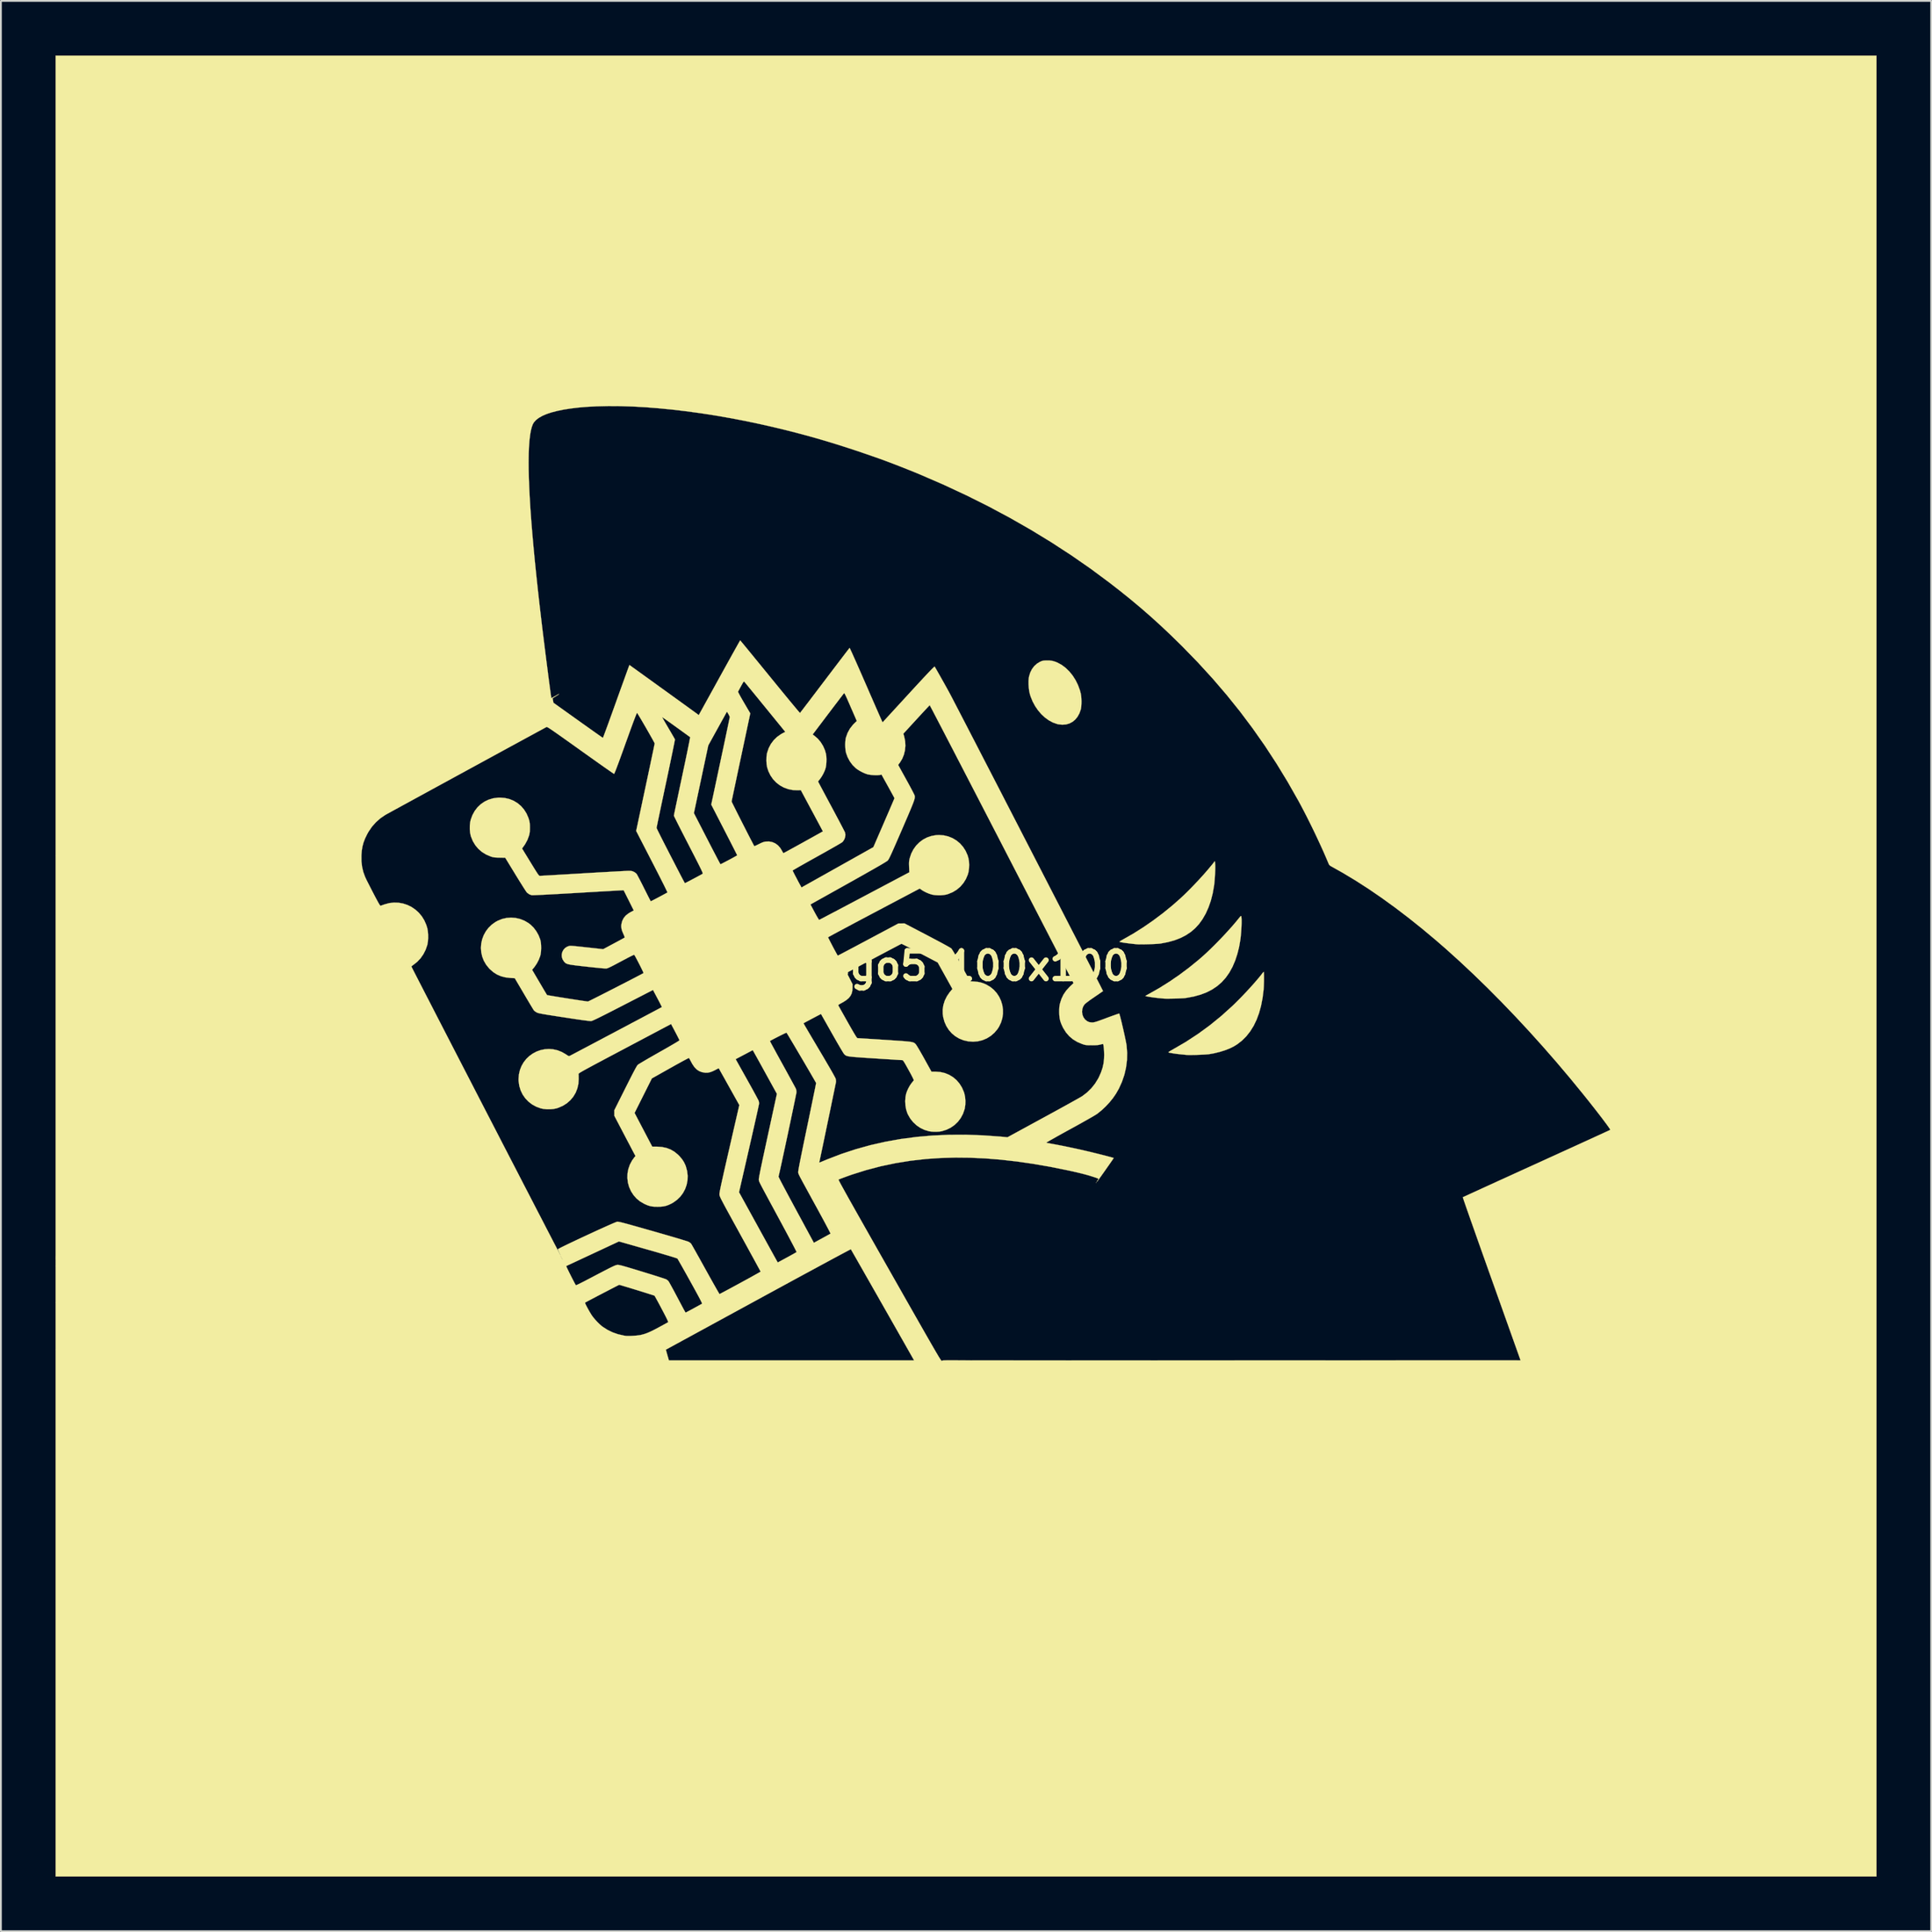
<source format=kicad_pcb>
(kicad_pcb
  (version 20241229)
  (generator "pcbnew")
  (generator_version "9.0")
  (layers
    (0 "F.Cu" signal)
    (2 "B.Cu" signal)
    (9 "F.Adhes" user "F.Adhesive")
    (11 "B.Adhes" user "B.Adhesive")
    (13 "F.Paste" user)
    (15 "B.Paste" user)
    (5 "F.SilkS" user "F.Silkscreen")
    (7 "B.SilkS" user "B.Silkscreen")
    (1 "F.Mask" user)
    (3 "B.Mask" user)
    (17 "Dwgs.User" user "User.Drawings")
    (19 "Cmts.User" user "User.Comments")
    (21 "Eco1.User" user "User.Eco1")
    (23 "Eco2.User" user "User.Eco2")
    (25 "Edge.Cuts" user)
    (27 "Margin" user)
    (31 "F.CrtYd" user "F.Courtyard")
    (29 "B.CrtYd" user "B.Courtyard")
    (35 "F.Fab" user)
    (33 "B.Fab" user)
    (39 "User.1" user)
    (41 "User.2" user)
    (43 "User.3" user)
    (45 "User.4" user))
  (footprint "Logo5 100x100"
    (layer "F.Cu")
    (at 50.001 50.001)
    (property "Reference" "Logo5 100x100" (at 0 0 0) (layer "F.SilkS") (effects (font (size 1.524 1.524) (thickness 0.3))))
    (attr through_hole)
    (fp_poly (pts (xy 7.154 11.906) (xy 7.144 11.917) (xy 7.133 11.906) (xy 7.144 11.896) (xy 7.154 11.906)) (stroke (width 0.01) (type solid)) (fill yes) (layer "F.SilkS"))
    (fp_poly (pts (xy 4.594 -16.779) (xy 4.757 -16.755) (xy 4.92 -16.705) (xy 5.029 -16.659) (xy 5.258 -16.533) (xy 5.475 -16.369) (xy 5.675 -16.173) (xy 5.856 -15.949) (xy 6.014 -15.7) (xy 6.147 -15.431) (xy 6.251 -15.147) (xy 6.301 -14.959) (xy 6.32 -14.841) (xy 6.332 -14.698) (xy 6.338 -14.544) (xy 6.335 -14.389) (xy 6.326 -14.248) (xy 6.309 -14.131) (xy 6.302 -14.097) (xy 6.225 -13.879) (xy 6.121 -13.69) (xy 5.993 -13.534) (xy 5.842 -13.41) (xy 5.672 -13.321) (xy 5.485 -13.268) (xy 5.283 -13.253) (xy 5.07 -13.277) (xy 4.998 -13.294) (xy 4.767 -13.375) (xy 4.543 -13.495) (xy 4.33 -13.65) (xy 4.131 -13.835) (xy 3.95 -14.047) (xy 3.789 -14.283) (xy 3.653 -14.537) (xy 3.544 -14.808) (xy 3.502 -14.944) (xy 3.468 -15.101) (xy 3.445 -15.28) (xy 3.433 -15.467) (xy 3.432 -15.649) (xy 3.444 -15.812) (xy 3.458 -15.896) (xy 3.522 -16.111) (xy 3.618 -16.303) (xy 3.742 -16.469) (xy 3.892 -16.605) (xy 4.041 -16.696) (xy 4.118 -16.733) (xy 4.182 -16.756) (xy 4.246 -16.77) (xy 4.325 -16.778) (xy 4.411 -16.782) (xy 4.594 -16.779)) (stroke (width 0.01) (type solid)) (fill yes) (layer "F.SilkS"))
    (fp_poly (pts (xy 13.679 -5.606) (xy 13.683 -5.518) (xy 13.684 -5.396) (xy 13.681 -5.25) (xy 13.674 -5.088) (xy 13.665 -4.919) (xy 13.653 -4.752) (xy 13.639 -4.594) (xy 13.624 -4.456) (xy 13.619 -4.418) (xy 13.545 -3.996) (xy 13.444 -3.597) (xy 13.315 -3.226) (xy 13.161 -2.882) (xy 12.981 -2.57) (xy 12.796 -2.313) (xy 12.581 -2.078) (xy 12.34 -1.871) (xy 12.069 -1.691) (xy 11.769 -1.539) (xy 11.438 -1.412) (xy 11.075 -1.312) (xy 10.689 -1.238) (xy 10.606 -1.228) (xy 10.489 -1.219) (xy 10.347 -1.211) (xy 10.189 -1.204) (xy 10.023 -1.198) (xy 9.857 -1.194) (xy 9.7 -1.191) (xy 9.56 -1.191) (xy 9.446 -1.193) (xy 9.366 -1.198) (xy 9.152 -1.22) (xy 8.958 -1.243) (xy 8.788 -1.264) (xy 8.647 -1.285) (xy 8.537 -1.303) (xy 8.462 -1.32) (xy 8.431 -1.331) (xy 8.437 -1.346) (xy 8.477 -1.376) (xy 8.544 -1.418) (xy 8.621 -1.461) (xy 9.168 -1.772) (xy 9.719 -2.119) (xy 10.266 -2.496) (xy 10.802 -2.898) (xy 11.32 -3.319) (xy 11.772 -3.717) (xy 12.009 -3.94) (xy 12.259 -4.187) (xy 12.515 -4.45) (xy 12.77 -4.72) (xy 13.016 -4.99) (xy 13.245 -5.251) (xy 13.451 -5.497) (xy 13.505 -5.563) (xy 13.663 -5.761) (xy 13.679 -5.606)) (stroke (width 0.01) (type solid)) (fill yes) (layer "F.SilkS"))
    (fp_poly (pts (xy 16.352 0.338) (xy 16.357 0.393) (xy 16.36 0.477) (xy 16.361 0.583) (xy 16.361 0.703) (xy 16.36 0.833) (xy 16.356 0.963) (xy 16.352 1.089) (xy 16.346 1.202) (xy 16.34 1.291) (xy 16.283 1.751) (xy 16.2 2.181) (xy 16.09 2.58) (xy 15.954 2.947) (xy 15.792 3.283) (xy 15.603 3.586) (xy 15.39 3.857) (xy 15.15 4.095) (xy 14.886 4.299) (xy 14.718 4.403) (xy 14.484 4.521) (xy 14.217 4.626) (xy 13.923 4.717) (xy 13.61 4.792) (xy 13.356 4.837) (xy 13.275 4.846) (xy 13.161 4.855) (xy 13.024 4.863) (xy 12.872 4.87) (xy 12.712 4.876) (xy 12.553 4.881) (xy 12.404 4.883) (xy 12.271 4.884) (xy 12.164 4.882) (xy 12.09 4.878) (xy 12.086 4.877) (xy 12.034 4.872) (xy 11.953 4.863) (xy 11.854 4.854) (xy 11.779 4.846) (xy 11.657 4.833) (xy 11.53 4.818) (xy 11.407 4.8) (xy 11.295 4.782) (xy 11.203 4.765) (xy 11.14 4.751) (xy 11.116 4.742) (xy 11.122 4.726) (xy 11.164 4.694) (xy 11.241 4.645) (xy 11.352 4.582) (xy 11.363 4.576) (xy 12.064 4.168) (xy 12.74 3.726) (xy 13.392 3.249) (xy 14.021 2.737) (xy 14.628 2.189) (xy 14.658 2.161) (xy 14.843 1.98) (xy 15.039 1.783) (xy 15.239 1.576) (xy 15.438 1.365) (xy 15.632 1.154) (xy 15.814 0.95) (xy 15.979 0.759) (xy 16.124 0.586) (xy 16.222 0.462) (xy 16.273 0.397) (xy 16.315 0.347) (xy 16.342 0.321) (xy 16.346 0.319) (xy 16.352 0.338)) (stroke (width 0.01) (type solid)) (fill yes) (layer "F.SilkS"))
    (fp_poly (pts (xy 15.11 -2.738) (xy 15.116 -2.717) (xy 15.126 -2.64) (xy 15.131 -2.528) (xy 15.131 -2.388) (xy 15.127 -2.228) (xy 15.118 -2.053) (xy 15.106 -1.872) (xy 15.091 -1.691) (xy 15.072 -1.517) (xy 15.059 -1.422) (xy 14.992 -1.039) (xy 14.898 -0.666) (xy 14.782 -0.311) (xy 14.644 0.015) (xy 14.625 0.055) (xy 14.455 0.363) (xy 14.26 0.639) (xy 14.04 0.884) (xy 13.794 1.098) (xy 13.52 1.283) (xy 13.217 1.44) (xy 12.884 1.568) (xy 12.52 1.669) (xy 12.123 1.744) (xy 12.033 1.757) (xy 11.961 1.764) (xy 11.857 1.77) (xy 11.729 1.776) (xy 11.585 1.782) (xy 11.433 1.786) (xy 11.284 1.789) (xy 11.143 1.791) (xy 11.021 1.791) (xy 10.925 1.79) (xy 10.869 1.787) (xy 10.813 1.781) (xy 10.728 1.773) (xy 10.626 1.763) (xy 10.541 1.755) (xy 10.443 1.744) (xy 10.332 1.73) (xy 10.216 1.714) (xy 10.104 1.697) (xy 10.003 1.68) (xy 9.922 1.664) (xy 9.868 1.652) (xy 9.851 1.645) (xy 9.865 1.633) (xy 9.91 1.604) (xy 9.98 1.564) (xy 10.067 1.516) (xy 10.091 1.503) (xy 10.63 1.196) (xy 11.174 0.854) (xy 11.713 0.484) (xy 12.239 0.091) (xy 12.745 -0.32) (xy 12.993 -0.534) (xy 13.214 -0.736) (xy 13.452 -0.963) (xy 13.699 -1.208) (xy 13.95 -1.465) (xy 14.198 -1.726) (xy 14.436 -1.986) (xy 14.657 -2.235) (xy 14.855 -2.469) (xy 14.944 -2.579) (xy 15.011 -2.662) (xy 15.056 -2.715) (xy 15.085 -2.743) (xy 15.101 -2.749) (xy 15.11 -2.738)) (stroke (width 0.01) (type solid)) (fill yes) (layer "F.SilkS"))
    (fp_poly (pts (xy 49.996 49.996) (xy -49.996 49.996) (xy -49.996 21.065) (xy -16.485 21.065) (xy -16.444 21.216) (xy -16.415 21.319) (xy -16.383 21.431) (xy -16.36 21.511) (xy -16.318 21.654) (xy -2.856 21.654) (xy -2.881 21.606) (xy -2.9 21.572) (xy -2.938 21.505) (xy -2.993 21.407) (xy -3.065 21.28) (xy -3.152 21.126) (xy -3.253 20.949) (xy -3.366 20.749) (xy -3.49 20.53) (xy -3.624 20.295) (xy -3.766 20.044) (xy -3.916 19.781) (xy -4.071 19.508) (xy -4.23 19.228) (xy -4.393 18.942) (xy -4.557 18.653) (xy -4.722 18.364) (xy -4.885 18.076) (xy -5.047 17.793) (xy -5.204 17.516) (xy -5.357 17.248) (xy -5.504 16.991) (xy -5.642 16.747) (xy -5.772 16.52) (xy -5.892 16.31) (xy -5.999 16.121) (xy -6.094 15.955) (xy -6.175 15.815) (xy -6.239 15.702) (xy -6.287 15.618) (xy -6.317 15.568) (xy -6.326 15.552) (xy -6.346 15.56) (xy -6.401 15.588) (xy -6.491 15.635) (xy -6.613 15.7) (xy -6.766 15.781) (xy -6.949 15.879) (xy -7.16 15.992) (xy -7.398 16.12) (xy -7.66 16.262) (xy -7.946 16.416) (xy -8.254 16.583) (xy -8.583 16.761) (xy -8.931 16.949) (xy -9.296 17.147) (xy -9.677 17.354) (xy -10.072 17.569) (xy -10.481 17.792) (xy -10.901 18.02) (xy -11.331 18.255) (xy -11.414 18.3) (xy -16.485 21.065) (xy -49.996 21.065) (xy -49.996 18.485) (xy -20.926 18.485) (xy -20.922 18.508) (xy -20.9 18.561) (xy -20.863 18.637) (xy -20.815 18.729) (xy -20.76 18.831) (xy -20.701 18.937) (xy -20.641 19.039) (xy -20.585 19.13) (xy -20.557 19.175) (xy -20.471 19.293) (xy -20.361 19.423) (xy -20.24 19.554) (xy -20.116 19.675) (xy -20 19.775) (xy -19.96 19.805) (xy -19.693 19.977) (xy -19.413 20.114) (xy -19.114 20.218) (xy -18.79 20.292) (xy -18.701 20.307) (xy -18.622 20.313) (xy -18.513 20.314) (xy -18.384 20.311) (xy -18.246 20.303) (xy -18.11 20.293) (xy -17.987 20.279) (xy -17.888 20.264) (xy -17.865 20.259) (xy -17.737 20.227) (xy -17.613 20.189) (xy -17.486 20.142) (xy -17.35 20.083) (xy -17.197 20.01) (xy -17.021 19.919) (xy -16.861 19.833) (xy -16.732 19.763) (xy -16.613 19.698) (xy -16.512 19.643) (xy -16.433 19.599) (xy -16.382 19.57) (xy -16.364 19.56) (xy -16.36 19.548) (xy -16.366 19.52) (xy -16.384 19.474) (xy -16.415 19.406) (xy -16.46 19.313) (xy -16.521 19.193) (xy -16.599 19.042) (xy -16.696 18.857) (xy -16.71 18.831) (xy -16.794 18.671) (xy -16.874 18.523) (xy -16.946 18.39) (xy -17.007 18.278) (xy -17.056 18.189) (xy -17.091 18.129) (xy -17.109 18.102) (xy -17.109 18.101) (xy -17.133 18.092) (xy -17.192 18.072) (xy -17.283 18.043) (xy -17.399 18.006) (xy -17.536 17.963) (xy -17.689 17.915) (xy -17.853 17.864) (xy -18.024 17.811) (xy -18.197 17.758) (xy -18.366 17.706) (xy -18.526 17.657) (xy -18.674 17.613) (xy -18.804 17.574) (xy -18.911 17.542) (xy -18.99 17.519) (xy -19.036 17.507) (xy -19.046 17.505) (xy -19.068 17.514) (xy -19.122 17.541) (xy -19.205 17.583) (xy -19.312 17.638) (xy -19.44 17.704) (xy -19.582 17.778) (xy -19.736 17.858) (xy -19.897 17.941) (xy -20.06 18.026) (xy -20.221 18.11) (xy -20.376 18.192) (xy -20.52 18.267) (xy -20.649 18.335) (xy -20.758 18.393) (xy -20.844 18.439) (xy -20.901 18.47) (xy -20.926 18.485) (xy -20.926 18.485) (xy -49.996 18.485) (xy -49.996 16.473) (xy -21.958 16.473) (xy -21.952 16.492) (xy -21.93 16.543) (xy -21.894 16.62) (xy -21.847 16.717) (xy -21.793 16.828) (xy -21.733 16.947) (xy -21.672 17.069) (xy -21.611 17.188) (xy -21.554 17.298) (xy -21.504 17.393) (xy -21.464 17.467) (xy -21.436 17.515) (xy -21.425 17.529) (xy -21.404 17.523) (xy -21.349 17.5) (xy -21.266 17.461) (xy -21.16 17.408) (xy -21.034 17.345) (xy -20.894 17.273) (xy -20.807 17.227) (xy -20.53 17.082) (xy -20.288 16.955) (xy -20.078 16.845) (xy -19.898 16.751) (xy -19.744 16.672) (xy -19.616 16.606) (xy -19.509 16.553) (xy -19.421 16.51) (xy -19.351 16.477) (xy -19.294 16.453) (xy -19.249 16.435) (xy -19.213 16.423) (xy -19.183 16.416) (xy -19.157 16.412) (xy -19.151 16.411) (xy -19.125 16.41) (xy -19.094 16.412) (xy -19.055 16.417) (xy -19.005 16.426) (xy -18.941 16.442) (xy -18.859 16.463) (xy -18.756 16.492) (xy -18.629 16.528) (xy -18.475 16.574) (xy -18.29 16.629) (xy -18.072 16.695) (xy -17.818 16.773) (xy -17.781 16.784) (xy -17.557 16.853) (xy -17.344 16.919) (xy -17.145 16.981) (xy -16.964 17.038) (xy -16.805 17.089) (xy -16.671 17.132) (xy -16.567 17.167) (xy -16.495 17.193) (xy -16.459 17.207) (xy -16.458 17.208) (xy -16.399 17.251) (xy -16.348 17.297) (xy -16.328 17.326) (xy -16.291 17.389) (xy -16.24 17.48) (xy -16.176 17.596) (xy -16.102 17.732) (xy -16.02 17.883) (xy -15.933 18.047) (xy -15.906 18.098) (xy -15.794 18.31) (xy -15.7 18.488) (xy -15.622 18.634) (xy -15.559 18.752) (xy -15.51 18.845) (xy -15.471 18.914) (xy -15.443 18.965) (xy -15.423 18.998) (xy -15.409 19.018) (xy -15.4 19.027) (xy -15.396 19.029) (xy -15.375 19.019) (xy -15.323 18.992) (xy -15.243 18.95) (xy -15.143 18.896) (xy -15.027 18.834) (xy -14.958 18.796) (xy -14.834 18.728) (xy -14.722 18.667) (xy -14.627 18.614) (xy -14.555 18.574) (xy -14.511 18.55) (xy -14.501 18.544) (xy -14.499 18.533) (xy -14.507 18.506) (xy -14.526 18.462) (xy -14.556 18.398) (xy -14.6 18.311) (xy -14.658 18.201) (xy -14.732 18.063) (xy -14.822 17.897) (xy -14.93 17.7) (xy -15.057 17.469) (xy -15.145 17.311) (xy -15.261 17.102) (xy -15.372 16.903) (xy -15.476 16.717) (xy -15.571 16.548) (xy -15.655 16.399) (xy -15.727 16.274) (xy -15.784 16.174) (xy -15.825 16.104) (xy -15.848 16.067) (xy -15.852 16.062) (xy -15.878 16.051) (xy -15.942 16.028) (xy -16.043 15.996) (xy -16.176 15.954) (xy -16.341 15.904) (xy -16.535 15.847) (xy -16.754 15.782) (xy -16.997 15.711) (xy -17.261 15.635) (xy -17.473 15.575) (xy -19.061 15.122) (xy -20.5 15.794) (xy -20.732 15.902) (xy -20.953 16.005) (xy -21.159 16.102) (xy -21.349 16.19) (xy -21.518 16.269) (xy -21.664 16.337) (xy -21.784 16.393) (xy -21.875 16.435) (xy -21.934 16.462) (xy -21.957 16.473) (xy -21.958 16.473) (xy -49.996 16.473) (xy -49.996 16.097) (xy -22.183 16.097) (xy -22.172 16.108) (xy -22.162 16.097) (xy -22.172 16.087) (xy -22.183 16.097) (xy -49.996 16.097) (xy -49.996 16.055) (xy -22.204 16.055) (xy -22.193 16.066) (xy -22.183 16.055) (xy -22.193 16.044) (xy -22.204 16.055) (xy -49.996 16.055) (xy -49.996 16.013) (xy -22.225 16.013) (xy -22.214 16.023) (xy -22.204 16.013) (xy -22.214 16.002) (xy -22.225 16.013) (xy -49.996 16.013) (xy -49.996 15.97) (xy -22.246 15.97) (xy -22.236 15.981) (xy -22.225 15.97) (xy -22.236 15.96) (xy -22.246 15.97) (xy -49.996 15.97) (xy -49.996 15.928) (xy -22.267 15.928) (xy -22.257 15.938) (xy -22.246 15.928) (xy -22.257 15.917) (xy -22.267 15.928) (xy -49.996 15.928) (xy -49.996 -6.064) (xy -33.204 -6.064) (xy -33.202 -5.748) (xy -33.168 -5.455) (xy -33.103 -5.175) (xy -33.003 -4.9) (xy -32.919 -4.72) (xy -32.774 -4.435) (xy -32.647 -4.186) (xy -32.536 -3.972) (xy -32.442 -3.791) (xy -32.362 -3.642) (xy -32.297 -3.522) (xy -32.245 -3.431) (xy -32.205 -3.366) (xy -32.176 -3.326) (xy -32.158 -3.31) (xy -32.154 -3.31) (xy -32.12 -3.321) (xy -32.057 -3.343) (xy -31.976 -3.372) (xy -31.94 -3.385) (xy -31.681 -3.456) (xy -31.422 -3.486) (xy -31.167 -3.478) (xy -30.917 -3.434) (xy -30.678 -3.355) (xy -30.452 -3.244) (xy -30.243 -3.101) (xy -30.054 -2.93) (xy -29.888 -2.732) (xy -29.75 -2.508) (xy -29.642 -2.262) (xy -29.586 -2.079) (xy -29.557 -1.916) (xy -29.542 -1.73) (xy -29.54 -1.538) (xy -29.553 -1.352) (xy -29.58 -1.188) (xy -29.588 -1.154) (xy -29.678 -0.892) (xy -29.803 -0.648) (xy -29.958 -0.426) (xy -30.141 -0.231) (xy -30.347 -0.068) (xy -30.348 -0.068) (xy -30.406 -0.026) (xy -30.446 0.008) (xy -30.459 0.027) (xy -30.449 0.047) (xy -30.421 0.103) (xy -30.375 0.194) (xy -30.312 0.318) (xy -30.232 0.473) (xy -30.137 0.659) (xy -30.027 0.873) (xy -29.903 1.114) (xy -29.766 1.38) (xy -29.617 1.671) (xy -29.455 1.984) (xy -29.283 2.319) (xy -29.101 2.673) (xy -28.909 3.045) (xy -28.709 3.434) (xy -28.501 3.837) (xy -28.285 4.255) (xy -28.064 4.685) (xy -27.837 5.125) (xy -27.605 5.574) (xy -27.369 6.031) (xy -27.13 6.494) (xy -26.889 6.962) (xy -26.646 7.433) (xy -26.402 7.906) (xy -26.158 8.378) (xy -25.914 8.85) (xy -25.672 9.318) (xy -25.433 9.783) (xy -25.196 10.241) (xy -24.963 10.692) (xy -24.734 11.134) (xy -24.511 11.566) (xy -24.294 11.987) (xy -24.083 12.394) (xy -23.88 12.786) (xy -23.686 13.162) (xy -23.501 13.52) (xy -23.325 13.858) (xy -23.161 14.176) (xy -23.008 14.472) (xy -22.867 14.744) (xy -22.739 14.991) (xy -22.625 15.211) (xy -22.525 15.402) (xy -22.441 15.564) (xy -22.372 15.695) (xy -22.321 15.793) (xy -22.288 15.857) (xy -22.272 15.885) (xy -22.271 15.886) (xy -22.277 15.865) (xy -22.298 15.817) (xy -22.33 15.749) (xy -22.34 15.73) (xy -22.376 15.655) (xy -22.402 15.594) (xy -22.415 15.556) (xy -22.416 15.552) (xy -22.397 15.537) (xy -22.343 15.507) (xy -22.257 15.463) (xy -22.143 15.406) (xy -22.004 15.338) (xy -21.844 15.26) (xy -21.666 15.175) (xy -21.473 15.084) (xy -21.269 14.988) (xy -21.057 14.889) (xy -20.841 14.788) (xy -20.624 14.688) (xy -20.41 14.589) (xy -20.201 14.493) (xy -20.002 14.403) (xy -19.816 14.319) (xy -19.646 14.243) (xy -19.496 14.177) (xy -19.369 14.122) (xy -19.268 14.08) (xy -19.198 14.052) (xy -19.161 14.041) (xy -19.16 14.041) (xy -19.138 14.04) (xy -19.11 14.041) (xy -19.073 14.047) (xy -19.023 14.056) (xy -18.959 14.07) (xy -18.878 14.09) (xy -18.778 14.116) (xy -18.656 14.148) (xy -18.509 14.188) (xy -18.335 14.237) (xy -18.131 14.294) (xy -17.895 14.36) (xy -17.625 14.437) (xy -17.318 14.525) (xy -17.186 14.562) (xy -16.886 14.648) (xy -16.602 14.73) (xy -16.339 14.806) (xy -16.097 14.877) (xy -15.879 14.941) (xy -15.688 14.998) (xy -15.527 15.048) (xy -15.397 15.088) (xy -15.301 15.119) (xy -15.243 15.139) (xy -15.226 15.147) (xy -15.163 15.189) (xy -15.112 15.233) (xy -15.099 15.247) (xy -15.082 15.274) (xy -15.047 15.334) (xy -14.995 15.425) (xy -14.928 15.544) (xy -14.846 15.689) (xy -14.753 15.855) (xy -14.65 16.039) (xy -14.539 16.24) (xy -14.42 16.453) (xy -14.309 16.654) (xy -14.186 16.875) (xy -14.07 17.084) (xy -13.96 17.28) (xy -13.86 17.459) (xy -13.77 17.617) (xy -13.693 17.753) (xy -13.629 17.864) (xy -13.581 17.946) (xy -13.55 17.996) (xy -13.539 18.012) (xy -13.517 18.002) (xy -13.462 17.974) (xy -13.376 17.929) (xy -13.263 17.869) (xy -13.125 17.796) (xy -12.967 17.711) (xy -12.792 17.616) (xy -12.602 17.513) (xy -12.401 17.404) (xy -12.201 17.295) (xy -12.012 17.192) (xy -11.838 17.096) (xy -11.682 17.009) (xy -11.547 16.934) (xy -11.436 16.871) (xy -11.353 16.824) (xy -11.301 16.793) (xy -11.282 16.78) (xy -11.282 16.78) (xy -11.292 16.76) (xy -11.321 16.705) (xy -11.368 16.617) (xy -11.432 16.5) (xy -11.51 16.355) (xy -11.603 16.185) (xy -11.708 15.993) (xy -11.825 15.78) (xy -11.951 15.549) (xy -12.086 15.302) (xy -12.229 15.042) (xy -12.378 14.772) (xy -12.408 14.716) (xy -12.584 14.396) (xy -12.741 14.111) (xy -12.879 13.859) (xy -13 13.638) (xy -13.106 13.445) (xy -13.197 13.278) (xy -13.274 13.135) (xy -13.338 13.014) (xy -13.391 12.913) (xy -13.434 12.829) (xy -13.468 12.761) (xy -13.493 12.706) (xy -13.512 12.662) (xy -13.525 12.627) (xy -13.533 12.599) (xy -13.538 12.576) (xy -13.541 12.555) (xy -13.542 12.541) (xy -13.542 12.516) (xy -13.538 12.48) (xy -13.532 12.432) (xy -13.521 12.369) (xy -13.507 12.29) (xy -13.487 12.191) (xy -13.462 12.071) (xy -13.431 11.928) (xy -13.394 11.759) (xy -13.35 11.563) (xy -13.3 11.336) (xy -13.241 11.078) (xy -13.174 10.785) (xy -13.099 10.456) (xy -13.014 10.087) (xy -13 10.024) (xy -12.451 7.633) (xy -13.013 6.627) (xy -13.119 6.437) (xy -13.218 6.259) (xy -13.309 6.096) (xy -13.391 5.951) (xy -13.46 5.828) (xy -13.515 5.729) (xy -13.554 5.659) (xy -13.576 5.62) (xy -13.58 5.613) (xy -13.599 5.62) (xy -13.647 5.642) (xy -13.716 5.677) (xy -13.761 5.702) (xy -13.921 5.78) (xy -14.059 5.83) (xy -14.186 5.856) (xy -14.31 5.858) (xy -14.329 5.857) (xy -14.503 5.827) (xy -14.657 5.768) (xy -14.794 5.676) (xy -14.917 5.549) (xy -15.03 5.383) (xy -15.088 5.277) (xy -15.134 5.19) (xy -15.174 5.117) (xy -15.176 5.113) (xy -12.653 5.113) (xy -12.031 6.224) (xy -11.919 6.425) (xy -11.812 6.617) (xy -11.713 6.796) (xy -11.624 6.959) (xy -11.546 7.102) (xy -11.482 7.222) (xy -11.433 7.316) (xy -11.401 7.379) (xy -11.388 7.408) (xy -11.373 7.48) (xy -11.367 7.548) (xy -11.367 7.549) (xy -11.371 7.577) (xy -11.385 7.645) (xy -11.407 7.748) (xy -11.436 7.885) (xy -11.473 8.053) (xy -11.516 8.248) (xy -11.566 8.469) (xy -11.62 8.712) (xy -11.68 8.975) (xy -11.744 9.256) (xy -11.811 9.552) (xy -11.881 9.859) (xy -11.917 10.017) (xy -12.468 12.42) (xy -11.407 14.348) (xy -11.262 14.613) (xy -11.122 14.866) (xy -10.99 15.106) (xy -10.866 15.331) (xy -10.752 15.538) (xy -10.649 15.724) (xy -10.559 15.888) (xy -10.482 16.026) (xy -10.421 16.136) (xy -10.376 16.216) (xy -10.349 16.264) (xy -10.341 16.277) (xy -10.322 16.267) (xy -10.271 16.24) (xy -10.192 16.198) (xy -10.09 16.142) (xy -9.971 16.078) (xy -9.838 16.005) (xy -9.83 16.001) (xy -9.696 15.928) (xy -9.574 15.86) (xy -9.469 15.802) (xy -9.387 15.755) (xy -9.331 15.723) (xy -9.307 15.708) (xy -9.307 15.708) (xy -9.314 15.687) (xy -9.341 15.632) (xy -9.384 15.544) (xy -9.444 15.428) (xy -9.519 15.284) (xy -9.608 15.116) (xy -9.708 14.926) (xy -9.82 14.716) (xy -9.94 14.49) (xy -10.069 14.25) (xy -10.205 13.998) (xy -10.266 13.885) (xy -10.438 13.567) (xy -10.591 13.283) (xy -10.727 13.033) (xy -10.845 12.813) (xy -10.948 12.622) (xy -11.037 12.457) (xy -11.112 12.316) (xy -11.175 12.198) (xy -11.227 12.1) (xy -11.269 12.019) (xy -11.302 11.954) (xy -11.327 11.902) (xy -11.346 11.861) (xy -11.359 11.83) (xy -11.367 11.806) (xy -11.373 11.786) (xy -11.376 11.769) (xy -11.378 11.752) (xy -11.38 11.738) (xy -11.381 11.715) (xy -11.378 11.679) (xy -11.37 11.626) (xy -11.359 11.556) (xy -11.342 11.464) (xy -11.32 11.351) (xy -11.293 11.213) (xy -11.259 11.048) (xy -11.218 10.855) (xy -11.171 10.631) (xy -11.116 10.375) (xy -11.053 10.083) (xy -10.982 9.755) (xy -10.903 9.388) (xy -10.89 9.33) (xy -10.387 7.016) (xy -11.017 5.873) (xy -11.129 5.669) (xy -11.236 5.475) (xy -11.336 5.294) (xy -11.427 5.13) (xy -11.507 4.985) (xy -11.575 4.864) (xy -11.627 4.77) (xy -11.663 4.706) (xy -11.681 4.675) (xy -11.681 4.674) (xy -11.716 4.618) (xy -12.184 4.866) (xy -12.653 5.113) (xy -15.176 5.113) (xy -15.204 5.067) (xy -15.219 5.048) (xy -15.241 5.056) (xy -15.296 5.083) (xy -15.381 5.127) (xy -15.493 5.186) (xy -15.628 5.259) (xy -15.782 5.344) (xy -15.953 5.438) (xy -16.136 5.541) (xy -16.247 5.603) (xy -17.254 6.17) (xy -17.729 7.118) (xy -18.204 8.066) (xy -17.719 8.992) (xy -17.234 9.917) (xy -16.973 9.918) (xy -16.699 9.937) (xy -16.45 9.989) (xy -16.222 10.076) (xy -16.012 10.199) (xy -15.817 10.359) (xy -15.734 10.444) (xy -15.6 10.601) (xy -15.498 10.756) (xy -15.418 10.923) (xy -15.387 11.003) (xy -15.318 11.259) (xy -15.289 11.514) (xy -15.298 11.766) (xy -15.345 12.011) (xy -15.427 12.244) (xy -15.543 12.462) (xy -15.691 12.661) (xy -15.871 12.837) (xy -16.08 12.987) (xy -16.193 13.05) (xy -16.345 13.12) (xy -16.484 13.169) (xy -16.625 13.199) (xy -16.781 13.214) (xy -16.933 13.218) (xy -17.102 13.215) (xy -17.242 13.202) (xy -17.367 13.177) (xy -17.489 13.138) (xy -17.622 13.08) (xy -17.685 13.05) (xy -17.906 12.921) (xy -18.096 12.765) (xy -18.254 12.587) (xy -18.397 12.368) (xy -18.502 12.134) (xy -18.569 11.891) (xy -18.598 11.641) (xy -18.591 11.391) (xy -18.545 11.145) (xy -18.462 10.906) (xy -18.342 10.68) (xy -18.229 10.523) (xy -18.154 10.43) (xy -18.218 10.311) (xy -18.241 10.269) (xy -18.28 10.194) (xy -18.336 10.089) (xy -18.404 9.959) (xy -18.483 9.808) (xy -18.572 9.639) (xy -18.667 9.458) (xy -18.767 9.267) (xy -18.799 9.207) (xy -19.314 8.223) (xy -19.314 8.07) (xy -19.315 7.917) (xy -18.708 6.705) (xy -18.572 6.435) (xy -18.454 6.201) (xy -18.352 6.001) (xy -18.266 5.835) (xy -18.194 5.699) (xy -18.136 5.592) (xy -18.09 5.513) (xy -18.056 5.459) (xy -18.033 5.429) (xy -18.031 5.426) (xy -18 5.404) (xy -17.935 5.363) (xy -17.841 5.306) (xy -17.72 5.234) (xy -17.576 5.149) (xy -17.412 5.054) (xy -17.232 4.951) (xy -17.04 4.841) (xy -16.849 4.733) (xy -16.65 4.62) (xy -16.462 4.513) (xy -16.29 4.414) (xy -16.134 4.323) (xy -16 4.245) (xy -15.89 4.179) (xy -15.808 4.128) (xy -15.792 4.118) (xy -10.771 4.118) (xy -10.762 4.137) (xy -10.734 4.19) (xy -10.69 4.275) (xy -10.629 4.387) (xy -10.555 4.524) (xy -10.468 4.683) (xy -10.371 4.861) (xy -10.264 5.056) (xy -10.15 5.263) (xy -10.075 5.399) (xy -9.956 5.614) (xy -9.843 5.821) (xy -9.737 6.014) (xy -9.64 6.192) (xy -9.553 6.351) (xy -9.479 6.487) (xy -9.419 6.598) (xy -9.375 6.68) (xy -9.349 6.73) (xy -9.343 6.743) (xy -9.325 6.808) (xy -9.315 6.889) (xy -9.313 6.922) (xy -9.318 6.952) (xy -9.33 7.02) (xy -9.351 7.122) (xy -9.378 7.256) (xy -9.411 7.419) (xy -9.45 7.606) (xy -9.493 7.816) (xy -9.541 8.043) (xy -9.592 8.286) (xy -9.645 8.541) (xy -9.701 8.804) (xy -9.758 9.073) (xy -9.815 9.344) (xy -9.873 9.613) (xy -9.929 9.878) (xy -9.985 10.135) (xy -10.038 10.382) (xy -10.088 10.614) (xy -10.134 10.828) (xy -10.177 11.021) (xy -10.214 11.191) (xy -10.246 11.332) (xy -10.271 11.444) (xy -10.289 11.521) (xy -10.299 11.557) (xy -10.296 11.57) (xy -10.284 11.598) (xy -10.263 11.643) (xy -10.231 11.707) (xy -10.189 11.791) (xy -10.134 11.896) (xy -10.067 12.023) (xy -9.987 12.174) (xy -9.893 12.351) (xy -9.785 12.554) (xy -9.661 12.785) (xy -9.52 13.046) (xy -9.364 13.337) (xy -9.189 13.66) (xy -8.996 14.017) (xy -8.785 14.408) (xy -8.601 14.748) (xy -8.357 15.199) (xy -8.205 15.115) (xy -8.132 15.075) (xy -8.032 15.02) (xy -7.917 14.958) (xy -7.8 14.893) (xy -7.758 14.87) (xy -7.656 14.814) (xy -7.567 14.764) (xy -7.497 14.725) (xy -7.454 14.699) (xy -7.444 14.692) (xy -7.451 14.671) (xy -7.478 14.616) (xy -7.522 14.529) (xy -7.581 14.414) (xy -7.656 14.273) (xy -7.743 14.109) (xy -7.842 13.924) (xy -7.952 13.721) (xy -8.07 13.504) (xy -8.195 13.275) (xy -8.262 13.153) (xy -8.421 12.863) (xy -8.561 12.607) (xy -8.683 12.384) (xy -8.788 12.191) (xy -8.878 12.026) (xy -8.955 11.886) (xy -9.018 11.769) (xy -9.069 11.672) (xy -9.111 11.594) (xy -9.143 11.531) (xy -9.167 11.481) (xy -9.185 11.443) (xy -9.197 11.413) (xy -9.205 11.39) (xy -9.21 11.37) (xy -9.214 11.352) (xy -9.217 11.334) (xy -9.217 11.312) (xy -9.214 11.275) (xy -9.207 11.22) (xy -9.195 11.146) (xy -9.178 11.05) (xy -9.156 10.931) (xy -9.128 10.786) (xy -9.094 10.614) (xy -9.054 10.412) (xy -9.006 10.179) (xy -8.952 9.913) (xy -8.89 9.611) (xy -8.819 9.272) (xy -8.741 8.894) (xy -8.732 8.854) (xy -8.667 8.542) (xy -8.605 8.241) (xy -8.546 7.954) (xy -8.49 7.684) (xy -8.438 7.433) (xy -8.391 7.203) (xy -8.349 6.998) (xy -8.312 6.82) (xy -8.282 6.672) (xy -8.259 6.556) (xy -8.243 6.475) (xy -8.235 6.432) (xy -8.234 6.425) (xy -8.244 6.403) (xy -8.274 6.349) (xy -8.322 6.265) (xy -8.385 6.155) (xy -8.462 6.022) (xy -8.55 5.87) (xy -8.647 5.703) (xy -8.752 5.524) (xy -8.862 5.335) (xy -8.976 5.142) (xy -9.091 4.947) (xy -9.205 4.753) (xy -9.316 4.565) (xy -9.422 4.385) (xy -9.522 4.217) (xy -9.613 4.065) (xy -9.692 3.931) (xy -9.759 3.82) (xy -9.811 3.735) (xy -9.846 3.68) (xy -9.861 3.657) (xy -9.881 3.664) (xy -9.933 3.686) (xy -10.009 3.723) (xy -10.104 3.769) (xy -10.211 3.822) (xy -10.324 3.879) (xy -10.437 3.937) (xy -10.543 3.991) (xy -10.635 4.04) (xy -10.709 4.08) (xy -10.756 4.108) (xy -10.771 4.118) (xy -15.792 4.118) (xy -15.756 4.095) (xy -15.737 4.08) (xy -15.737 4.079) (xy -15.747 4.054) (xy -15.774 3.997) (xy -15.815 3.914) (xy -15.868 3.81) (xy -15.93 3.691) (xy -15.968 3.618) (xy -16.199 3.183) (xy -18.741 4.529) (xy -19.101 4.72) (xy -19.426 4.892) (xy -19.717 5.046) (xy -19.976 5.184) (xy -20.205 5.306) (xy -20.406 5.413) (xy -20.58 5.507) (xy -20.73 5.588) (xy -20.857 5.657) (xy -20.963 5.715) (xy -21.05 5.764) (xy -21.12 5.805) (xy -21.174 5.837) (xy -21.215 5.863) (xy -21.244 5.883) (xy -21.263 5.899) (xy -21.274 5.911) (xy -21.278 5.921) (xy -21.279 5.927) (xy -21.277 5.97) (xy -21.275 6.043) (xy -21.274 6.136) (xy -21.273 6.212) (xy -21.291 6.476) (xy -21.348 6.725) (xy -21.441 6.959) (xy -21.569 7.173) (xy -21.729 7.365) (xy -21.918 7.532) (xy -22.135 7.67) (xy -22.377 7.777) (xy -22.493 7.815) (xy -22.655 7.848) (xy -22.841 7.863) (xy -23.033 7.862) (xy -23.217 7.844) (xy -23.356 7.814) (xy -23.607 7.722) (xy -23.834 7.596) (xy -24.035 7.441) (xy -24.208 7.258) (xy -24.351 7.052) (xy -24.46 6.825) (xy -24.534 6.581) (xy -24.571 6.322) (xy -24.574 6.212) (xy -24.555 5.953) (xy -24.499 5.71) (xy -24.41 5.485) (xy -24.292 5.281) (xy -24.147 5.098) (xy -23.979 4.938) (xy -23.791 4.804) (xy -23.587 4.696) (xy -23.37 4.618) (xy -23.142 4.57) (xy -22.909 4.554) (xy -22.672 4.572) (xy -22.435 4.626) (xy -22.202 4.718) (xy -21.988 4.84) (xy -21.908 4.893) (xy -21.855 4.926) (xy -21.818 4.941) (xy -21.79 4.941) (xy -21.761 4.931) (xy -21.75 4.926) (xy -21.723 4.912) (xy -21.661 4.88) (xy -21.568 4.831) (xy -21.446 4.767) (xy -21.298 4.689) (xy -21.127 4.598) (xy -20.934 4.496) (xy -20.722 4.385) (xy -20.496 4.265) (xy -20.256 4.138) (xy -20.005 4.005) (xy -19.747 3.868) (xy -19.483 3.729) (xy -19.217 3.588) (xy -18.951 3.447) (xy -18.688 3.308) (xy -18.43 3.171) (xy -18.374 3.141) (xy -8.927 3.141) (xy -8.917 3.16) (xy -8.888 3.213) (xy -8.84 3.296) (xy -8.775 3.407) (xy -8.695 3.544) (xy -8.601 3.704) (xy -8.495 3.884) (xy -8.378 4.081) (xy -8.253 4.293) (xy -8.121 4.516) (xy -8.061 4.617) (xy -7.883 4.916) (xy -7.724 5.187) (xy -7.584 5.427) (xy -7.462 5.636) (xy -7.36 5.814) (xy -7.279 5.959) (xy -7.218 6.071) (xy -7.178 6.148) (xy -7.16 6.19) (xy -7.16 6.191) (xy -7.146 6.269) (xy -7.142 6.345) (xy -7.144 6.371) (xy -7.151 6.405) (xy -7.165 6.476) (xy -7.187 6.581) (xy -7.214 6.717) (xy -7.248 6.881) (xy -7.287 7.068) (xy -7.33 7.276) (xy -7.377 7.502) (xy -7.426 7.742) (xy -7.478 7.992) (xy -7.532 8.25) (xy -7.586 8.511) (xy -7.641 8.774) (xy -7.695 9.034) (xy -7.748 9.287) (xy -7.799 9.532) (xy -7.847 9.764) (xy -7.892 9.979) (xy -7.933 10.176) (xy -7.97 10.349) (xy -8.001 10.497) (xy -8.026 10.615) (xy -8.044 10.701) (xy -8.055 10.75) (xy -8.057 10.761) (xy -8.059 10.79) (xy -8.04 10.789) (xy -8.013 10.778) (xy -7.952 10.753) (xy -7.866 10.717) (xy -7.76 10.673) (xy -7.641 10.624) (xy -7.631 10.62) (xy -6.854 10.321) (xy -6.061 10.06) (xy -5.252 9.835) (xy -4.426 9.648) (xy -3.583 9.497) (xy -2.722 9.384) (xy -1.842 9.307) (xy -0.942 9.267) (xy -0.023 9.263) (xy 0.916 9.296) (xy 1.877 9.365) (xy 1.905 9.368) (xy 2.276 9.402) (xy 4.244 8.329) (xy 4.516 8.181) (xy 4.779 8.037) (xy 5.033 7.898) (xy 5.273 7.766) (xy 5.497 7.642) (xy 5.703 7.528) (xy 5.887 7.426) (xy 6.047 7.336) (xy 6.18 7.261) (xy 6.284 7.202) (xy 6.355 7.16) (xy 6.388 7.139) (xy 6.646 6.942) (xy 6.879 6.713) (xy 7.084 6.456) (xy 7.256 6.177) (xy 7.292 6.107) (xy 7.409 5.845) (xy 7.494 5.596) (xy 7.55 5.347) (xy 7.579 5.086) (xy 7.585 4.889) (xy 7.583 4.774) (xy 7.578 4.654) (xy 7.569 4.538) (xy 7.558 4.434) (xy 7.546 4.351) (xy 7.533 4.296) (xy 7.525 4.28) (xy 7.502 4.281) (xy 7.45 4.291) (xy 7.378 4.309) (xy 7.373 4.311) (xy 7.299 4.327) (xy 7.218 4.339) (xy 7.119 4.346) (xy 6.994 4.349) (xy 6.9 4.349) (xy 6.773 4.348) (xy 6.678 4.346) (xy 6.604 4.34) (xy 6.542 4.33) (xy 6.48 4.315) (xy 6.408 4.292) (xy 6.371 4.279) (xy 6.109 4.168) (xy 5.874 4.025) (xy 5.666 3.85) (xy 5.487 3.643) (xy 5.337 3.405) (xy 5.303 3.338) (xy 5.226 3.169) (xy 5.172 3.013) (xy 5.138 2.856) (xy 5.12 2.684) (xy 5.115 2.519) (xy 5.117 2.378) (xy 5.123 2.265) (xy 5.135 2.168) (xy 5.154 2.072) (xy 5.16 2.049) (xy 5.241 1.795) (xy 5.352 1.564) (xy 5.498 1.35) (xy 5.682 1.148) (xy 5.714 1.117) (xy 5.902 0.939) (xy 1.962 -6.695) (xy 1.686 -7.229) (xy 1.415 -7.753) (xy 1.15 -8.266) (xy 0.891 -8.767) (xy 0.639 -9.255) (xy 0.394 -9.728) (xy 0.158 -10.185) (xy -0.07 -10.625) (xy -0.288 -11.047) (xy -0.497 -11.449) (xy -0.694 -11.83) (xy -0.88 -12.189) (xy -1.055 -12.525) (xy -1.216 -12.836) (xy -1.364 -13.121) (xy -1.499 -13.379) (xy -1.618 -13.609) (xy -1.723 -13.809) (xy -1.811 -13.978) (xy -1.883 -14.115) (xy -1.938 -14.219) (xy -1.975 -14.288) (xy -1.994 -14.321) (xy -1.996 -14.324) (xy -2.013 -14.308) (xy -2.056 -14.263) (xy -2.122 -14.194) (xy -2.208 -14.102) (xy -2.312 -13.991) (xy -2.43 -13.863) (xy -2.56 -13.722) (xy -2.699 -13.571) (xy -2.728 -13.54) (xy -3.443 -12.761) (xy -3.395 -12.595) (xy -3.345 -12.35) (xy -3.332 -12.099) (xy -3.355 -11.85) (xy -3.414 -11.608) (xy -3.507 -11.38) (xy -3.633 -11.173) (xy -3.665 -11.131) (xy -3.701 -11.083) (xy -3.722 -11.051) (xy -3.725 -11.044) (xy -3.715 -11.024) (xy -3.687 -10.971) (xy -3.642 -10.889) (xy -3.583 -10.781) (xy -3.512 -10.651) (xy -3.43 -10.504) (xy -3.341 -10.342) (xy -3.281 -10.234) (xy -3.187 -10.063) (xy -3.099 -9.901) (xy -3.019 -9.752) (xy -2.95 -9.622) (xy -2.894 -9.512) (xy -2.852 -9.429) (xy -2.829 -9.377) (xy -2.823 -9.362) (xy -2.818 -9.329) (xy -2.815 -9.297) (xy -2.816 -9.261) (xy -2.822 -9.219) (xy -2.832 -9.17) (xy -2.85 -9.109) (xy -2.875 -9.035) (xy -2.908 -8.944) (xy -2.951 -8.835) (xy -3.004 -8.704) (xy -3.069 -8.548) (xy -3.146 -8.366) (xy -3.236 -8.154) (xy -3.342 -7.91) (xy -3.462 -7.631) (xy -3.526 -7.483) (xy -3.652 -7.192) (xy -3.763 -6.938) (xy -3.859 -6.718) (xy -3.942 -6.528) (xy -4.013 -6.368) (xy -4.073 -6.233) (xy -4.124 -6.122) (xy -4.166 -6.032) (xy -4.201 -5.961) (xy -4.23 -5.905) (xy -4.254 -5.862) (xy -4.275 -5.831) (xy -4.293 -5.807) (xy -4.309 -5.789) (xy -4.339 -5.766) (xy -4.397 -5.728) (xy -4.484 -5.674) (xy -4.601 -5.604) (xy -4.749 -5.517) (xy -4.929 -5.414) (xy -5.141 -5.292) (xy -5.387 -5.153) (xy -5.667 -4.994) (xy -5.982 -4.817) (xy -6.333 -4.62) (xy -6.47 -4.543) (xy -8.545 -3.383) (xy -8.318 -2.956) (xy -8.251 -2.833) (xy -8.19 -2.725) (xy -8.138 -2.637) (xy -8.097 -2.573) (xy -8.072 -2.539) (xy -8.065 -2.535) (xy -8.044 -2.546) (xy -7.987 -2.575) (xy -7.897 -2.621) (xy -7.777 -2.684) (xy -7.628 -2.763) (xy -7.453 -2.855) (xy -7.253 -2.96) (xy -7.032 -3.076) (xy -6.791 -3.203) (xy -6.532 -3.34) (xy -6.258 -3.485) (xy -5.972 -3.636) (xy -5.674 -3.794) (xy -5.578 -3.845) (xy -3.116 -5.148) (xy -3.127 -5.447) (xy -3.131 -5.576) (xy -3.131 -5.673) (xy -3.126 -5.752) (xy -3.116 -5.824) (xy -3.099 -5.901) (xy -3.093 -5.926) (xy -3.009 -6.178) (xy -2.89 -6.408) (xy -2.742 -6.614) (xy -2.565 -6.793) (xy -2.365 -6.943) (xy -2.144 -7.06) (xy -1.905 -7.142) (xy -1.651 -7.188) (xy -1.482 -7.196) (xy -1.22 -7.176) (xy -0.971 -7.117) (xy -0.738 -7.022) (xy -0.524 -6.893) (xy -0.332 -6.733) (xy -0.165 -6.544) (xy -0.027 -6.329) (xy 0.08 -6.091) (xy 0.129 -5.927) (xy 0.159 -5.755) (xy 0.17 -5.563) (xy 0.162 -5.365) (xy 0.136 -5.177) (xy 0.097 -5.027) (xy -0.009 -4.779) (xy -0.147 -4.556) (xy -0.317 -4.359) (xy -0.514 -4.192) (xy -0.737 -4.057) (xy -0.983 -3.956) (xy -1.09 -3.925) (xy -1.225 -3.901) (xy -1.385 -3.888) (xy -1.553 -3.888) (xy -1.715 -3.898) (xy -1.855 -3.921) (xy -1.873 -3.925) (xy -2.026 -3.973) (xy -2.185 -4.039) (xy -2.334 -4.115) (xy -2.439 -4.182) (xy -2.544 -4.257) (xy -5.06 -2.928) (xy -5.364 -2.767) (xy -5.657 -2.612) (xy -5.938 -2.463) (xy -6.204 -2.322) (xy -6.452 -2.189) (xy -6.682 -2.066) (xy -6.891 -1.955) (xy -7.076 -1.856) (xy -7.235 -1.77) (xy -7.366 -1.698) (xy -7.468 -1.643) (xy -7.538 -1.604) (xy -7.573 -1.583) (xy -7.577 -1.58) (xy -7.568 -1.556) (xy -7.542 -1.501) (xy -7.502 -1.422) (xy -7.452 -1.324) (xy -7.394 -1.213) (xy -7.333 -1.095) (xy -7.27 -0.976) (xy -7.209 -0.862) (xy -7.153 -0.759) (xy -7.106 -0.673) (xy -7.07 -0.611) (xy -7.049 -0.576) (xy -7.045 -0.572) (xy -7.024 -0.582) (xy -6.969 -0.61) (xy -6.882 -0.655) (xy -6.766 -0.716) (xy -6.623 -0.791) (xy -6.456 -0.879) (xy -6.268 -0.979) (xy -6.061 -1.088) (xy -5.839 -1.207) (xy -5.603 -1.332) (xy -5.373 -1.455) (xy -3.715 -2.338) (xy -3.545 -2.338) (xy -3.376 -2.339) (xy -2.127 -1.686) (xy -1.886 -1.559) (xy -1.663 -1.441) (xy -1.46 -1.333) (xy -1.279 -1.236) (xy -1.124 -1.151) (xy -0.997 -1.08) (xy -0.901 -1.025) (xy -0.837 -0.986) (xy -0.81 -0.966) (xy -0.785 -0.934) (xy -0.743 -0.868) (xy -0.684 -0.773) (xy -0.612 -0.651) (xy -0.529 -0.508) (xy -0.436 -0.347) (xy -0.337 -0.171) (xy -0.259 -0.032) (xy 0.224 0.836) (xy 0.445 0.849) (xy 0.641 0.868) (xy 0.811 0.902) (xy 0.971 0.955) (xy 1.113 1.018) (xy 1.333 1.148) (xy 1.525 1.306) (xy 1.687 1.489) (xy 1.82 1.692) (xy 1.921 1.911) (xy 1.99 2.141) (xy 2.025 2.379) (xy 2.026 2.621) (xy 1.992 2.862) (xy 1.921 3.098) (xy 1.813 3.325) (xy 1.727 3.46) (xy 1.557 3.662) (xy 1.362 3.832) (xy 1.144 3.968) (xy 0.908 4.068) (xy 0.657 4.13) (xy 0.394 4.153) (xy 0.372 4.153) (xy 0.105 4.132) (xy -0.147 4.073) (xy -0.38 3.979) (xy -0.593 3.851) (xy -0.783 3.694) (xy -0.946 3.508) (xy -1.081 3.297) (xy -1.185 3.063) (xy -1.254 2.809) (xy -1.28 2.625) (xy -1.282 2.38) (xy -1.244 2.135) (xy -1.167 1.894) (xy -1.053 1.662) (xy -0.905 1.445) (xy -0.873 1.407) (xy -0.748 1.258) (xy -1.557 -0.196) (xy -2.541 -0.711) (xy -2.729 -0.81) (xy -2.907 -0.902) (xy -3.07 -0.986) (xy -3.215 -1.06) (xy -3.339 -1.123) (xy -3.437 -1.171) (xy -3.506 -1.205) (xy -3.542 -1.221) (xy -3.547 -1.222) (xy -3.569 -1.211) (xy -3.625 -1.183) (xy -3.713 -1.137) (xy -3.83 -1.076) (xy -3.973 -1.001) (xy -4.139 -0.913) (xy -4.325 -0.815) (xy -4.528 -0.707) (xy -4.746 -0.592) (xy -4.976 -0.47) (xy -5.061 -0.425) (xy -6.553 0.368) (xy -6.393 0.682) (xy -6.234 0.995) (xy -6.235 1.191) (xy -6.247 1.36) (xy -6.283 1.508) (xy -6.347 1.638) (xy -6.441 1.756) (xy -6.57 1.866) (xy -6.735 1.973) (xy -6.843 2.032) (xy -6.936 2.083) (xy -6.992 2.121) (xy -7.016 2.148) (xy -7.016 2.158) (xy -7.003 2.182) (xy -6.972 2.239) (xy -6.924 2.326) (xy -6.862 2.438) (xy -6.786 2.573) (xy -6.701 2.725) (xy -6.607 2.892) (xy -6.507 3.07) (xy -6.505 3.073) (xy -6.38 3.294) (xy -6.274 3.479) (xy -6.186 3.63) (xy -6.114 3.751) (xy -6.058 3.842) (xy -6.015 3.905) (xy -5.986 3.943) (xy -5.969 3.958) (xy -5.967 3.958) (xy -5.94 3.96) (xy -5.874 3.963) (xy -5.773 3.97) (xy -5.641 3.978) (xy -5.48 3.988) (xy -5.294 4) (xy -5.088 4.013) (xy -4.864 4.027) (xy -4.625 4.043) (xy -4.466 4.053) (xy -4.171 4.072) (xy -3.916 4.089) (xy -3.696 4.104) (xy -3.51 4.117) (xy -3.353 4.129) (xy -3.224 4.141) (xy -3.118 4.153) (xy -3.033 4.164) (xy -2.966 4.177) (xy -2.914 4.191) (xy -2.874 4.206) (xy -2.841 4.223) (xy -2.815 4.243) (xy -2.791 4.266) (xy -2.766 4.292) (xy -2.759 4.299) (xy -2.734 4.334) (xy -2.691 4.401) (xy -2.633 4.496) (xy -2.563 4.614) (xy -2.484 4.752) (xy -2.397 4.903) (xy -2.307 5.065) (xy -2.296 5.085) (xy -1.9 5.8) (xy -1.673 5.8) (xy -1.409 5.82) (xy -1.16 5.878) (xy -0.927 5.974) (xy -0.714 6.103) (xy -0.524 6.265) (xy -0.36 6.456) (xy -0.223 6.676) (xy -0.118 6.921) (xy -0.094 6.996) (xy -0.053 7.19) (xy -0.035 7.403) (xy -0.041 7.619) (xy -0.072 7.821) (xy -0.082 7.863) (xy -0.17 8.116) (xy -0.293 8.346) (xy -0.447 8.55) (xy -0.632 8.728) (xy -0.843 8.875) (xy -1.079 8.99) (xy -1.333 9.069) (xy -1.455 9.089) (xy -1.602 9.098) (xy -1.759 9.099) (xy -1.908 9.09) (xy -2.035 9.071) (xy -2.28 8.998) (xy -2.51 8.888) (xy -2.721 8.744) (xy -2.908 8.569) (xy -3.067 8.369) (xy -3.194 8.146) (xy -3.228 8.069) (xy -3.291 7.869) (xy -3.329 7.648) (xy -3.341 7.419) (xy -3.326 7.196) (xy -3.291 7.017) (xy -3.242 6.872) (xy -3.171 6.716) (xy -3.089 6.567) (xy -3.002 6.44) (xy -2.991 6.426) (xy -2.939 6.363) (xy -2.897 6.31) (xy -2.872 6.279) (xy -2.871 6.277) (xy -2.875 6.25) (xy -2.901 6.188) (xy -2.948 6.092) (xy -3.015 5.962) (xy -3.103 5.8) (xy -3.154 5.708) (xy -3.24 5.552) (xy -3.309 5.429) (xy -3.363 5.336) (xy -3.405 5.267) (xy -3.436 5.22) (xy -3.461 5.19) (xy -3.481 5.173) (xy -3.499 5.166) (xy -3.519 5.164) (xy -3.522 5.164) (xy -3.554 5.163) (xy -3.624 5.159) (xy -3.73 5.153) (xy -3.866 5.145) (xy -4.031 5.134) (xy -4.219 5.122) (xy -4.428 5.109) (xy -4.654 5.095) (xy -4.892 5.079) (xy -5.02 5.071) (xy -5.312 5.052) (xy -5.565 5.036) (xy -5.782 5.021) (xy -5.966 5.007) (xy -6.12 4.995) (xy -6.247 4.983) (xy -6.351 4.972) (xy -6.434 4.96) (xy -6.499 4.947) (xy -6.551 4.933) (xy -6.591 4.917) (xy -6.622 4.899) (xy -6.649 4.878) (xy -6.673 4.854) (xy -6.699 4.827) (xy -6.702 4.823) (xy -6.725 4.792) (xy -6.766 4.727) (xy -6.823 4.633) (xy -6.895 4.512) (xy -6.979 4.368) (xy -7.074 4.206) (xy -7.176 4.027) (xy -7.284 3.837) (xy -7.366 3.694) (xy -7.475 3.5) (xy -7.578 3.317) (xy -7.673 3.149) (xy -7.758 2.999) (xy -7.831 2.871) (xy -7.89 2.766) (xy -7.933 2.689) (xy -7.959 2.644) (xy -7.966 2.632) (xy -7.985 2.64) (xy -8.034 2.666) (xy -8.109 2.705) (xy -8.203 2.754) (xy -8.311 2.811) (xy -8.425 2.871) (xy -8.541 2.933) (xy -8.651 2.992) (xy -8.751 3.045) (xy -8.834 3.09) (xy -8.894 3.122) (xy -8.924 3.14) (xy -8.927 3.141) (xy -18.374 3.141) (xy -18.181 3.039) (xy -17.941 2.912) (xy -17.716 2.792) (xy -17.506 2.681) (xy -17.314 2.579) (xy -17.144 2.489) (xy -16.998 2.411) (xy -16.878 2.347) (xy -16.788 2.299) (xy -16.729 2.267) (xy -16.704 2.254) (xy -16.704 2.254) (xy -16.711 2.234) (xy -16.736 2.182) (xy -16.776 2.102) (xy -16.827 2.001) (xy -16.889 1.883) (xy -16.943 1.78) (xy -17.191 1.313) (xy -17.247 1.342) (xy -17.274 1.355) (xy -17.336 1.387) (xy -17.43 1.435) (xy -17.553 1.498) (xy -17.702 1.575) (xy -17.874 1.664) (xy -18.067 1.763) (xy -18.277 1.871) (xy -18.502 1.987) (xy -18.738 2.108) (xy -18.894 2.189) (xy -19.189 2.34) (xy -19.448 2.473) (xy -19.675 2.589) (xy -19.87 2.688) (xy -20.037 2.771) (xy -20.177 2.841) (xy -20.293 2.897) (xy -20.387 2.941) (xy -20.461 2.974) (xy -20.517 2.998) (xy -20.558 3.012) (xy -20.585 3.018) (xy -20.587 3.019) (xy -20.627 3.019) (xy -20.697 3.013) (xy -20.8 3.002) (xy -20.936 2.985) (xy -21.107 2.962) (xy -21.314 2.932) (xy -21.559 2.896) (xy -21.843 2.853) (xy -22.077 2.817) (xy -22.356 2.775) (xy -22.597 2.737) (xy -22.802 2.705) (xy -22.974 2.678) (xy -23.118 2.654) (xy -23.235 2.634) (xy -23.329 2.616) (xy -23.404 2.601) (xy -23.463 2.587) (xy -23.508 2.575) (xy -23.542 2.563) (xy -23.57 2.551) (xy -23.576 2.548) (xy -23.647 2.505) (xy -23.708 2.457) (xy -23.735 2.429) (xy -23.755 2.398) (xy -23.794 2.335) (xy -23.85 2.243) (xy -23.92 2.127) (xy -24.002 1.99) (xy -24.093 1.836) (xy -24.192 1.669) (xy -24.281 1.517) (xy -24.782 0.667) (xy -25.022 0.653) (xy -25.292 0.622) (xy -25.535 0.56) (xy -25.757 0.465) (xy -25.961 0.335) (xy -26.152 0.168) (xy -26.199 0.119) (xy -26.36 -0.082) (xy -26.484 -0.298) (xy -26.571 -0.525) (xy -26.623 -0.76) (xy -26.64 -0.998) (xy -26.623 -1.235) (xy -26.573 -1.467) (xy -26.49 -1.69) (xy -26.375 -1.901) (xy -26.229 -2.095) (xy -26.052 -2.269) (xy -25.846 -2.417) (xy -25.72 -2.487) (xy -25.482 -2.584) (xy -25.235 -2.641) (xy -24.983 -2.659) (xy -24.731 -2.64) (xy -24.485 -2.583) (xy -24.249 -2.489) (xy -24.028 -2.359) (xy -23.914 -2.271) (xy -23.745 -2.105) (xy -23.597 -1.908) (xy -23.476 -1.692) (xy -23.387 -1.465) (xy -23.374 -1.418) (xy -23.35 -1.291) (xy -23.337 -1.137) (xy -23.334 -0.972) (xy -23.342 -0.808) (xy -23.361 -0.659) (xy -23.386 -0.55) (xy -23.466 -0.343) (xy -23.571 -0.141) (xy -23.693 0.039) (xy -23.716 0.068) (xy -23.83 0.206) (xy -23.427 0.891) (xy -23.336 1.046) (xy -23.251 1.19) (xy -23.176 1.318) (xy -23.111 1.426) (xy -23.06 1.511) (xy -23.026 1.567) (xy -23.01 1.592) (xy -23.01 1.593) (xy -22.988 1.598) (xy -22.928 1.609) (xy -22.836 1.625) (xy -22.716 1.646) (xy -22.574 1.669) (xy -22.412 1.696) (xy -22.238 1.724) (xy -22.054 1.753) (xy -21.866 1.783) (xy -21.679 1.812) (xy -21.497 1.84) (xy -21.324 1.867) (xy -21.167 1.891) (xy -21.029 1.912) (xy -20.914 1.928) (xy -20.829 1.94) (xy -20.777 1.946) (xy -20.764 1.947) (xy -20.741 1.938) (xy -20.684 1.911) (xy -20.596 1.868) (xy -20.481 1.81) (xy -20.343 1.741) (xy -20.184 1.661) (xy -20.008 1.572) (xy -19.819 1.476) (xy -19.62 1.374) (xy -19.415 1.269) (xy -19.206 1.163) (xy -18.999 1.056) (xy -18.795 0.952) (xy -18.598 0.85) (xy -18.413 0.755) (xy -18.242 0.666) (xy -18.089 0.586) (xy -17.957 0.517) (xy -17.849 0.461) (xy -17.771 0.418) (xy -17.723 0.392) (xy -17.711 0.384) (xy -17.717 0.363) (xy -17.739 0.31) (xy -17.776 0.232) (xy -17.823 0.135) (xy -17.878 0.024) (xy -17.938 -0.094) (xy -17.999 -0.213) (xy -18.059 -0.327) (xy -18.114 -0.431) (xy -18.161 -0.518) (xy -18.198 -0.582) (xy -18.221 -0.617) (xy -18.223 -0.62) (xy -18.245 -0.614) (xy -18.299 -0.591) (xy -18.381 -0.552) (xy -18.485 -0.5) (xy -18.608 -0.437) (xy -18.743 -0.365) (xy -18.776 -0.348) (xy -18.986 -0.236) (xy -19.161 -0.143) (xy -19.306 -0.066) (xy -19.424 -0.005) (xy -19.519 0.042) (xy -19.594 0.078) (xy -19.653 0.103) (xy -19.698 0.12) (xy -19.734 0.13) (xy -19.754 0.134) (xy -19.79 0.134) (xy -19.864 0.129) (xy -19.972 0.121) (xy -20.107 0.109) (xy -20.267 0.093) (xy -20.446 0.075) (xy -20.64 0.055) (xy -20.833 0.033) (xy -21.078 0.006) (xy -21.284 -0.018) (xy -21.455 -0.038) (xy -21.596 -0.057) (xy -21.709 -0.074) (xy -21.8 -0.091) (xy -21.871 -0.109) (xy -21.926 -0.128) (xy -21.969 -0.149) (xy -22.005 -0.173) (xy -22.035 -0.201) (xy -22.065 -0.234) (xy -22.082 -0.253) (xy -22.158 -0.372) (xy -22.198 -0.501) (xy -22.203 -0.633) (xy -22.175 -0.762) (xy -22.116 -0.88) (xy -22.029 -0.982) (xy -21.916 -1.059) (xy -21.833 -1.091) (xy -21.806 -1.099) (xy -21.776 -1.105) (xy -21.741 -1.108) (xy -21.696 -1.108) (xy -21.637 -1.106) (xy -21.559 -1.1) (xy -21.458 -1.092) (xy -21.331 -1.079) (xy -21.173 -1.062) (xy -20.98 -1.041) (xy -20.828 -1.025) (xy -19.928 -0.926) (xy -19.346 -1.238) (xy -19.202 -1.315) (xy -19.07 -1.386) (xy -18.954 -1.449) (xy -18.86 -1.501) (xy -18.792 -1.539) (xy -18.754 -1.561) (xy -18.748 -1.565) (xy -18.749 -1.589) (xy -18.766 -1.643) (xy -18.796 -1.715) (xy -18.816 -1.759) (xy -18.884 -1.919) (xy -18.923 -2.06) (xy -18.935 -2.192) (xy -18.925 -2.307) (xy -18.879 -2.483) (xy -18.801 -2.637) (xy -18.689 -2.772) (xy -18.54 -2.89) (xy -18.422 -2.961) (xy -18.248 -3.053) (xy -18.524 -3.606) (xy -18.595 -3.747) (xy -18.659 -3.875) (xy -18.714 -3.985) (xy -18.758 -4.073) (xy -18.789 -4.133) (xy -18.804 -4.162) (xy -18.805 -4.164) (xy -18.826 -4.163) (xy -18.887 -4.16) (xy -18.985 -4.155) (xy -19.117 -4.148) (xy -19.281 -4.139) (xy -19.475 -4.128) (xy -19.695 -4.115) (xy -19.939 -4.101) (xy -20.204 -4.086) (xy -20.488 -4.07) (xy -20.788 -4.052) (xy -21.101 -4.034) (xy -21.295 -4.022) (xy -21.674 -4) (xy -22.029 -3.98) (xy -22.357 -3.961) (xy -22.657 -3.945) (xy -22.928 -3.93) (xy -23.168 -3.918) (xy -23.374 -3.908) (xy -23.547 -3.9) (xy -23.682 -3.895) (xy -23.781 -3.892) (xy -23.839 -3.891) (xy -23.855 -3.892) (xy -23.99 -3.942) (xy -24.105 -4.028) (xy -24.122 -4.046) (xy -24.146 -4.078) (xy -24.19 -4.142) (xy -24.25 -4.235) (xy -24.326 -4.353) (xy -24.413 -4.492) (xy -24.511 -4.648) (xy -24.616 -4.818) (xy -24.727 -4.998) (xy -24.748 -5.033) (xy -25.307 -5.949) (xy -25.624 -5.955) (xy -25.753 -5.958) (xy -25.85 -5.963) (xy -25.926 -5.971) (xy -25.992 -5.984) (xy -26.058 -6.002) (xy -26.109 -6.019) (xy -26.36 -6.127) (xy -26.586 -6.267) (xy -26.783 -6.438) (xy -26.95 -6.637) (xy -27.085 -6.861) (xy -27.186 -7.11) (xy -27.203 -7.166) (xy -27.236 -7.328) (xy -27.252 -7.513) (xy -27.251 -7.705) (xy -27.233 -7.888) (xy -27.203 -8.028) (xy -27.11 -8.284) (xy -26.985 -8.513) (xy -26.83 -8.716) (xy -26.648 -8.889) (xy -26.442 -9.031) (xy -26.214 -9.139) (xy -25.968 -9.212) (xy -25.706 -9.247) (xy -25.601 -9.25) (xy -25.333 -9.23) (xy -25.08 -9.172) (xy -24.845 -9.077) (xy -24.631 -8.948) (xy -24.439 -8.786) (xy -24.274 -8.595) (xy -24.136 -8.375) (xy -24.03 -8.129) (xy -23.999 -8.028) (xy -23.976 -7.939) (xy -23.962 -7.85) (xy -23.954 -7.749) (xy -23.952 -7.621) (xy -23.952 -7.599) (xy -23.954 -7.466) (xy -23.96 -7.361) (xy -23.974 -7.272) (xy -23.995 -7.183) (xy -23.999 -7.169) (xy -24.088 -6.927) (xy -24.214 -6.694) (xy -24.286 -6.589) (xy -24.383 -6.457) (xy -23.923 -5.705) (xy -23.809 -5.519) (xy -23.715 -5.366) (xy -23.638 -5.244) (xy -23.577 -5.147) (xy -23.529 -5.075) (xy -23.491 -5.022) (xy -23.463 -4.987) (xy -23.441 -4.966) (xy -23.423 -4.956) (xy -23.408 -4.953) (xy -23.38 -4.954) (xy -23.312 -4.958) (xy -23.208 -4.964) (xy -23.07 -4.971) (xy -22.901 -4.981) (xy -22.703 -4.992) (xy -22.48 -5.005) (xy -22.234 -5.02) (xy -21.968 -5.035) (xy -21.684 -5.052) (xy -21.387 -5.069) (xy -21.077 -5.088) (xy -21.028 -5.091) (xy -20.714 -5.109) (xy -20.41 -5.127) (xy -20.118 -5.144) (xy -19.841 -5.159) (xy -19.582 -5.174) (xy -19.344 -5.187) (xy -19.13 -5.199) (xy -18.944 -5.209) (xy -18.788 -5.217) (xy -18.664 -5.223) (xy -18.577 -5.227) (xy -18.529 -5.228) (xy -18.527 -5.228) (xy -18.427 -5.226) (xy -18.355 -5.216) (xy -18.293 -5.197) (xy -18.248 -5.176) (xy -18.178 -5.134) (xy -18.117 -5.086) (xy -18.095 -5.063) (xy -18.074 -5.031) (xy -18.037 -4.965) (xy -17.987 -4.87) (xy -17.924 -4.751) (xy -17.853 -4.613) (xy -17.775 -4.46) (xy -17.693 -4.296) (xy -17.685 -4.279) (xy -17.604 -4.118) (xy -17.529 -3.969) (xy -17.462 -3.836) (xy -17.405 -3.725) (xy -17.36 -3.638) (xy -17.329 -3.581) (xy -17.314 -3.557) (xy -17.314 -3.556) (xy -17.292 -3.566) (xy -17.239 -3.592) (xy -17.162 -3.631) (xy -17.067 -3.681) (xy -16.959 -3.738) (xy -16.846 -3.798) (xy -16.733 -3.858) (xy -16.627 -3.915) (xy -16.534 -3.965) (xy -16.461 -4.005) (xy -16.414 -4.032) (xy -16.398 -4.041) (xy -16.405 -4.062) (xy -16.431 -4.118) (xy -16.473 -4.205) (xy -16.53 -4.323) (xy -16.601 -4.467) (xy -16.686 -4.635) (xy -16.781 -4.824) (xy -16.887 -5.033) (xy -17.002 -5.257) (xy -17.123 -5.495) (xy -17.249 -5.739) (xy -18.116 -7.421) (xy -18.08 -7.587) (xy -16.997 -7.587) (xy -16.987 -7.562) (xy -16.96 -7.503) (xy -16.917 -7.413) (xy -16.859 -7.296) (xy -16.788 -7.154) (xy -16.706 -6.992) (xy -16.615 -6.812) (xy -16.516 -6.618) (xy -16.41 -6.412) (xy -16.401 -6.395) (xy -16.243 -6.086) (xy -16.102 -5.814) (xy -15.978 -5.574) (xy -15.871 -5.366) (xy -15.778 -5.187) (xy -15.7 -5.036) (xy -15.634 -4.909) (xy -15.58 -4.806) (xy -15.536 -4.723) (xy -15.502 -4.66) (xy -15.477 -4.613) (xy -15.459 -4.581) (xy -15.447 -4.561) (xy -15.44 -4.552) (xy -15.438 -4.551) (xy -15.417 -4.56) (xy -15.364 -4.587) (xy -15.284 -4.628) (xy -15.182 -4.681) (xy -15.064 -4.744) (xy -14.966 -4.795) (xy -14.837 -4.864) (xy -14.718 -4.928) (xy -14.616 -4.983) (xy -14.536 -5.027) (xy -14.485 -5.056) (xy -14.468 -5.067) (xy -14.462 -5.074) (xy -14.46 -5.086) (xy -14.464 -5.106) (xy -14.473 -5.136) (xy -14.49 -5.178) (xy -14.515 -5.235) (xy -14.52 -5.246) (xy -9.525 -5.246) (xy -9.516 -5.223) (xy -9.489 -5.169) (xy -9.45 -5.09) (xy -9.401 -4.994) (xy -9.344 -4.886) (xy -9.285 -4.774) (xy -9.226 -4.662) (xy -9.171 -4.558) (xy -9.122 -4.469) (xy -9.087 -4.407) (xy -9.035 -4.316) (xy -8.892 -4.397) (xy -8.853 -4.418) (xy -8.78 -4.459) (xy -8.676 -4.517) (xy -8.543 -4.592) (xy -8.384 -4.681) (xy -8.202 -4.783) (xy -7.999 -4.897) (xy -7.779 -5.02) (xy -7.544 -5.152) (xy -7.297 -5.291) (xy -7.04 -5.435) (xy -6.919 -5.503) (xy -5.09 -6.529) (xy -4.51 -7.867) (xy -4.413 -8.092) (xy -4.321 -8.305) (xy -4.235 -8.503) (xy -4.158 -8.684) (xy -4.089 -8.843) (xy -4.031 -8.979) (xy -3.985 -9.087) (xy -3.952 -9.165) (xy -3.934 -9.209) (xy -3.931 -9.218) (xy -3.941 -9.239) (xy -3.969 -9.293) (xy -4.013 -9.375) (xy -4.071 -9.481) (xy -4.14 -9.607) (xy -4.218 -9.748) (xy -4.286 -9.872) (xy -4.642 -10.513) (xy -4.75 -10.493) (xy -4.843 -10.483) (xy -4.963 -10.481) (xy -5.097 -10.487) (xy -5.231 -10.499) (xy -5.349 -10.516) (xy -5.408 -10.529) (xy -5.544 -10.575) (xy -5.695 -10.643) (xy -5.847 -10.724) (xy -5.984 -10.812) (xy -6.057 -10.868) (xy -6.236 -11.044) (xy -6.387 -11.25) (xy -6.508 -11.479) (xy -6.587 -11.699) (xy -6.615 -11.831) (xy -6.631 -11.987) (xy -6.636 -12.155) (xy -6.631 -12.32) (xy -6.614 -12.467) (xy -6.596 -12.551) (xy -6.505 -12.805) (xy -6.378 -13.036) (xy -6.215 -13.245) (xy -6.135 -13.327) (xy -5.999 -13.457) (xy -6.337 -14.233) (xy -6.421 -14.427) (xy -6.491 -14.585) (xy -6.547 -14.712) (xy -6.591 -14.809) (xy -6.626 -14.881) (xy -6.652 -14.93) (xy -6.671 -14.961) (xy -6.686 -14.977) (xy -6.697 -14.98) (xy -6.707 -14.975) (xy -6.711 -14.971) (xy -6.73 -14.948) (xy -6.772 -14.894) (xy -6.835 -14.812) (xy -6.917 -14.705) (xy -7.015 -14.576) (xy -7.128 -14.428) (xy -7.253 -14.264) (xy -7.388 -14.086) (xy -7.53 -13.898) (xy -7.586 -13.825) (xy -8.424 -12.716) (xy -8.334 -12.651) (xy -8.146 -12.49) (xy -7.983 -12.297) (xy -7.849 -12.08) (xy -7.747 -11.844) (xy -7.694 -11.656) (xy -7.674 -11.524) (xy -7.666 -11.367) (xy -7.669 -11.201) (xy -7.682 -11.04) (xy -7.706 -10.901) (xy -7.714 -10.869) (xy -7.764 -10.724) (xy -7.837 -10.566) (xy -7.923 -10.413) (xy -8.013 -10.282) (xy -8.023 -10.269) (xy -8.128 -10.138) (xy -8.078 -10.038) (xy -8.059 -10.002) (xy -8.022 -9.933) (xy -7.969 -9.833) (xy -7.901 -9.706) (xy -7.821 -9.554) (xy -7.729 -9.383) (xy -7.628 -9.194) (xy -7.52 -8.991) (xy -7.405 -8.778) (xy -7.348 -8.672) (xy -7.233 -8.456) (xy -7.123 -8.249) (xy -7.02 -8.056) (xy -6.926 -7.878) (xy -6.843 -7.719) (xy -6.772 -7.583) (xy -6.715 -7.472) (xy -6.674 -7.391) (xy -6.65 -7.342) (xy -6.645 -7.33) (xy -6.626 -7.212) (xy -6.641 -7.084) (xy -6.684 -6.959) (xy -6.754 -6.85) (xy -6.801 -6.801) (xy -6.831 -6.781) (xy -6.895 -6.741) (xy -6.99 -6.685) (xy -7.112 -6.614) (xy -7.259 -6.53) (xy -7.428 -6.434) (xy -7.614 -6.329) (xy -7.816 -6.215) (xy -8.029 -6.096) (xy -8.199 -6.001) (xy -8.417 -5.88) (xy -8.624 -5.764) (xy -8.816 -5.656) (xy -8.992 -5.557) (xy -9.148 -5.469) (xy -9.281 -5.392) (xy -9.388 -5.33) (xy -9.466 -5.284) (xy -9.513 -5.255) (xy -9.525 -5.246) (xy -14.52 -5.246) (xy -14.55 -5.309) (xy -14.596 -5.403) (xy -14.653 -5.519) (xy -14.724 -5.66) (xy -14.809 -5.827) (xy -14.909 -6.023) (xy -15.026 -6.251) (xy -15.161 -6.512) (xy -15.237 -6.661) (xy -15.361 -6.9) (xy -15.478 -7.13) (xy -15.589 -7.346) (xy -15.691 -7.546) (xy -15.783 -7.728) (xy -15.863 -7.887) (xy -15.93 -8.022) (xy -15.984 -8.129) (xy -16.021 -8.206) (xy -16.041 -8.25) (xy -16.044 -8.259) (xy -16.04 -8.284) (xy -16.027 -8.347) (xy -16.017 -8.399) (xy -14.946 -8.399) (xy -14.223 -6.994) (xy -14.106 -6.767) (xy -13.995 -6.552) (xy -13.891 -6.351) (xy -13.795 -6.167) (xy -13.71 -6.004) (xy -13.636 -5.863) (xy -13.575 -5.748) (xy -13.529 -5.662) (xy -13.499 -5.608) (xy -13.487 -5.588) (xy -13.486 -5.588) (xy -13.465 -5.598) (xy -13.411 -5.624) (xy -13.33 -5.666) (xy -13.228 -5.719) (xy -13.11 -5.781) (xy -13.021 -5.828) (xy -12.895 -5.895) (xy -12.783 -5.957) (xy -12.689 -6.009) (xy -12.619 -6.049) (xy -12.578 -6.075) (xy -12.569 -6.083) (xy -12.578 -6.104) (xy -12.605 -6.159) (xy -12.649 -6.247) (xy -12.707 -6.362) (xy -12.779 -6.504) (xy -12.863 -6.668) (xy -12.957 -6.852) (xy -13.06 -7.053) (xy -13.17 -7.268) (xy -13.28 -7.482) (xy -13.992 -8.865) (xy -13.956 -9.037) (xy -12.875 -9.037) (xy -12.866 -9.015) (xy -12.84 -8.959) (xy -12.798 -8.873) (xy -12.742 -8.761) (xy -12.675 -8.627) (xy -12.599 -8.474) (xy -12.515 -8.307) (xy -12.425 -8.13) (xy -12.332 -7.946) (xy -12.237 -7.759) (xy -12.142 -7.573) (xy -12.05 -7.392) (xy -11.962 -7.22) (xy -11.88 -7.061) (xy -11.806 -6.918) (xy -11.742 -6.796) (xy -11.691 -6.697) (xy -11.653 -6.627) (xy -11.632 -6.589) (xy -11.628 -6.584) (xy -11.607 -6.589) (xy -11.555 -6.611) (xy -11.482 -6.645) (xy -11.392 -6.69) (xy -11.381 -6.695) (xy -11.253 -6.758) (xy -11.15 -6.8) (xy -11.063 -6.825) (xy -11.012 -6.834) (xy -10.818 -6.84) (xy -10.637 -6.806) (xy -10.473 -6.734) (xy -10.326 -6.625) (xy -10.199 -6.479) (xy -10.115 -6.34) (xy -10.078 -6.273) (xy -10.047 -6.224) (xy -10.028 -6.202) (xy -10.026 -6.202) (xy -10.005 -6.212) (xy -9.95 -6.241) (xy -9.865 -6.286) (xy -9.753 -6.347) (xy -9.617 -6.422) (xy -9.461 -6.507) (xy -9.288 -6.603) (xy -9.101 -6.706) (xy -8.936 -6.797) (xy -8.741 -6.906) (xy -8.557 -7.008) (xy -8.387 -7.102) (xy -8.236 -7.187) (xy -8.105 -7.259) (xy -8 -7.318) (xy -7.922 -7.362) (xy -7.875 -7.388) (xy -7.861 -7.395) (xy -7.871 -7.414) (xy -7.898 -7.467) (xy -7.943 -7.55) (xy -8.002 -7.661) (xy -8.074 -7.797) (xy -8.158 -7.953) (xy -8.252 -8.128) (xy -8.353 -8.318) (xy -8.461 -8.519) (xy -8.467 -8.529) (xy -9.074 -9.661) (xy -9.252 -9.655) (xy -9.516 -9.666) (xy -9.768 -9.717) (xy -10.006 -9.804) (xy -10.225 -9.925) (xy -10.423 -10.077) (xy -10.596 -10.259) (xy -10.74 -10.468) (xy -10.854 -10.7) (xy -10.922 -10.91) (xy -10.952 -11.082) (xy -10.965 -11.276) (xy -10.96 -11.473) (xy -10.936 -11.656) (xy -10.922 -11.718) (xy -10.838 -11.966) (xy -10.718 -12.195) (xy -10.563 -12.402) (xy -10.378 -12.583) (xy -10.164 -12.734) (xy -10.08 -12.781) (xy -9.927 -12.861) (xy -11.03 -14.215) (xy -11.2 -14.423) (xy -11.363 -14.623) (xy -11.517 -14.812) (xy -11.659 -14.986) (xy -11.789 -15.144) (xy -11.903 -15.283) (xy -11.999 -15.401) (xy -12.076 -15.495) (xy -12.132 -15.562) (xy -12.164 -15.6) (xy -12.17 -15.607) (xy -12.186 -15.621) (xy -12.201 -15.623) (xy -12.219 -15.609) (xy -12.244 -15.574) (xy -12.28 -15.513) (xy -12.331 -15.422) (xy -12.358 -15.373) (xy -12.412 -15.274) (xy -12.459 -15.186) (xy -12.495 -15.118) (xy -12.516 -15.076) (xy -12.52 -15.068) (xy -12.513 -15.041) (xy -12.485 -14.982) (xy -12.439 -14.894) (xy -12.376 -14.779) (xy -12.299 -14.643) (xy -12.208 -14.487) (xy -12.191 -14.457) (xy -11.85 -13.877) (xy -12.361 -11.474) (xy -12.428 -11.161) (xy -12.492 -10.86) (xy -12.553 -10.573) (xy -12.61 -10.302) (xy -12.663 -10.05) (xy -12.712 -9.82) (xy -12.755 -9.615) (xy -12.793 -9.436) (xy -12.824 -9.287) (xy -12.848 -9.17) (xy -12.865 -9.089) (xy -12.874 -9.044) (xy -12.875 -9.037) (xy -13.956 -9.037) (xy -13.484 -11.254) (xy -13.418 -11.566) (xy -13.354 -11.866) (xy -13.293 -12.152) (xy -13.236 -12.422) (xy -13.183 -12.673) (xy -13.135 -12.902) (xy -13.092 -13.107) (xy -13.055 -13.284) (xy -13.024 -13.432) (xy -13.001 -13.548) (xy -12.984 -13.628) (xy -12.976 -13.672) (xy -12.975 -13.678) (xy -12.984 -13.707) (xy -13.008 -13.758) (xy -13.039 -13.819) (xy -13.074 -13.88) (xy -13.105 -13.931) (xy -13.128 -13.962) (xy -13.134 -13.965) (xy -13.145 -13.946) (xy -13.175 -13.894) (xy -13.221 -13.811) (xy -13.281 -13.702) (xy -13.354 -13.57) (xy -13.438 -13.419) (xy -13.53 -13.252) (xy -13.629 -13.072) (xy -13.648 -13.039) (xy -14.156 -12.118) (xy -14.946 -8.399) (xy -16.017 -8.399) (xy -16.007 -8.447) (xy -15.98 -8.579) (xy -15.946 -8.741) (xy -15.906 -8.931) (xy -15.861 -9.146) (xy -15.811 -9.383) (xy -15.757 -9.638) (xy -15.7 -9.911) (xy -15.639 -10.196) (xy -15.59 -10.426) (xy -15.528 -10.72) (xy -15.468 -11.002) (xy -15.412 -11.269) (xy -15.36 -11.52) (xy -15.312 -11.75) (xy -15.27 -11.957) (xy -15.233 -12.14) (xy -15.202 -12.293) (xy -15.179 -12.416) (xy -15.162 -12.505) (xy -15.153 -12.558) (xy -15.152 -12.572) (xy -15.173 -12.587) (xy -15.224 -12.623) (xy -15.302 -12.68) (xy -15.403 -12.753) (xy -15.525 -12.841) (xy -15.663 -12.941) (xy -15.814 -13.05) (xy -15.926 -13.131) (xy -16.083 -13.244) (xy -16.23 -13.35) (xy -16.363 -13.444) (xy -16.477 -13.526) (xy -16.571 -13.591) (xy -16.64 -13.639) (xy -16.68 -13.665) (xy -16.69 -13.67) (xy -16.681 -13.651) (xy -16.653 -13.6) (xy -16.609 -13.521) (xy -16.55 -13.418) (xy -16.48 -13.297) (xy -16.4 -13.161) (xy -16.347 -13.07) (xy -16.262 -12.926) (xy -16.184 -12.792) (xy -16.115 -12.673) (xy -16.058 -12.575) (xy -16.017 -12.501) (xy -15.992 -12.456) (xy -15.987 -12.444) (xy -15.99 -12.42) (xy -16.002 -12.356) (xy -16.021 -12.257) (xy -16.048 -12.124) (xy -16.081 -11.96) (xy -16.12 -11.767) (xy -16.165 -11.55) (xy -16.215 -11.309) (xy -16.27 -11.047) (xy -16.328 -10.768) (xy -16.39 -10.474) (xy -16.455 -10.167) (xy -16.487 -10.017) (xy -16.554 -9.705) (xy -16.617 -9.404) (xy -16.678 -9.117) (xy -16.735 -8.847) (xy -16.788 -8.596) (xy -16.836 -8.366) (xy -16.879 -8.161) (xy -16.917 -7.983) (xy -16.947 -7.835) (xy -16.971 -7.718) (xy -16.988 -7.637) (xy -16.996 -7.594) (xy -16.997 -7.587) (xy -18.08 -7.587) (xy -17.609 -9.801) (xy -17.543 -10.112) (xy -17.479 -10.412) (xy -17.418 -10.699) (xy -17.361 -10.968) (xy -17.308 -11.219) (xy -17.26 -11.448) (xy -17.217 -11.653) (xy -17.179 -11.83) (xy -17.149 -11.978) (xy -17.125 -12.094) (xy -17.108 -12.174) (xy -17.1 -12.217) (xy -17.099 -12.224) (xy -17.109 -12.248) (xy -17.137 -12.304) (xy -17.182 -12.388) (xy -17.241 -12.494) (xy -17.311 -12.619) (xy -17.39 -12.758) (xy -17.474 -12.906) (xy -17.561 -13.058) (xy -17.65 -13.211) (xy -17.736 -13.359) (xy -17.817 -13.498) (xy -17.892 -13.624) (xy -17.957 -13.732) (xy -18.009 -13.817) (xy -18.046 -13.876) (xy -18.065 -13.901) (xy -18.072 -13.897) (xy -18.087 -13.871) (xy -18.109 -13.823) (xy -18.139 -13.75) (xy -18.178 -13.651) (xy -18.227 -13.524) (xy -18.286 -13.367) (xy -18.355 -13.178) (xy -18.437 -12.955) (xy -18.53 -12.697) (xy -18.636 -12.402) (xy -18.695 -12.24) (xy -18.812 -11.912) (xy -18.917 -11.624) (xy -19.008 -11.373) (xy -19.087 -11.158) (xy -19.155 -10.978) (xy -19.21 -10.831) (xy -19.255 -10.717) (xy -19.289 -10.634) (xy -19.313 -10.581) (xy -19.328 -10.556) (xy -19.331 -10.554) (xy -19.353 -10.566) (xy -19.406 -10.602) (xy -19.489 -10.659) (xy -19.599 -10.736) (xy -19.735 -10.83) (xy -19.894 -10.942) (xy -20.073 -11.068) (xy -20.271 -11.208) (xy -20.484 -11.36) (xy -20.712 -11.522) (xy -20.951 -11.692) (xy -21.177 -11.853) (xy -21.469 -12.062) (xy -21.73 -12.248) (xy -21.96 -12.411) (xy -22.161 -12.554) (xy -22.335 -12.677) (xy -22.485 -12.782) (xy -22.612 -12.871) (xy -22.718 -12.944) (xy -22.804 -13.002) (xy -22.874 -13.048) (xy -22.929 -13.082) (xy -22.97 -13.106) (xy -23 -13.121) (xy -23.02 -13.128) (xy -23.033 -13.13) (xy -23.037 -13.128) (xy -23.061 -13.116) (xy -23.121 -13.084) (xy -23.214 -13.033) (xy -23.338 -12.966) (xy -23.491 -12.883) (xy -23.671 -12.785) (xy -23.877 -12.673) (xy -24.106 -12.549) (xy -24.356 -12.413) (xy -24.625 -12.266) (xy -24.912 -12.11) (xy -25.214 -11.946) (xy -25.529 -11.774) (xy -25.855 -11.596) (xy -26.191 -11.413) (xy -26.534 -11.226) (xy -26.882 -11.036) (xy -27.233 -10.845) (xy -27.586 -10.652) (xy -27.939 -10.46) (xy -28.288 -10.269) (xy -28.633 -10.081) (xy -28.971 -9.897) (xy -29.301 -9.717) (xy -29.62 -9.542) (xy -29.926 -9.375) (xy -30.218 -9.216) (xy -30.493 -9.065) (xy -30.75 -8.925) (xy -30.986 -8.796) (xy -31.2 -8.679) (xy -31.389 -8.576) (xy -31.551 -8.487) (xy -31.685 -8.413) (xy -31.788 -8.357) (xy -31.859 -8.317) (xy -31.895 -8.297) (xy -31.898 -8.295) (xy -32.163 -8.114) (xy -32.406 -7.899) (xy -32.623 -7.655) (xy -32.809 -7.384) (xy -32.89 -7.24) (xy -33.004 -7.004) (xy -33.088 -6.784) (xy -33.147 -6.565) (xy -33.185 -6.336) (xy -33.204 -6.083) (xy -33.204 -6.064) (xy -49.996 -6.064) (xy -49.996 -27.738) (xy -24.023 -27.738) (xy -24.021 -27.29) (xy -24.009 -26.801) (xy -23.989 -26.273) (xy -23.96 -25.705) (xy -23.923 -25.098) (xy -23.876 -24.452) (xy -23.821 -23.768) (xy -23.757 -23.044) (xy -23.685 -22.282) (xy -23.603 -21.482) (xy -23.513 -20.644) (xy -23.415 -19.768) (xy -23.307 -18.854) (xy -23.293 -18.733) (xy -23.267 -18.519) (xy -23.238 -18.285) (xy -23.207 -18.035) (xy -23.174 -17.772) (xy -23.14 -17.499) (xy -23.105 -17.221) (xy -23.07 -16.941) (xy -23.034 -16.662) (xy -22.999 -16.389) (xy -22.965 -16.125) (xy -22.933 -15.874) (xy -22.902 -15.639) (xy -22.874 -15.424) (xy -22.848 -15.233) (xy -22.826 -15.07) (xy -22.808 -14.937) (xy -22.794 -14.839) (xy -22.785 -14.779) (xy -22.773 -14.71) (xy -22.631 -14.788) (xy -22.551 -14.832) (xy -22.476 -14.874) (xy -22.422 -14.906) (xy -22.421 -14.906) (xy -22.377 -14.93) (xy -22.353 -14.938) (xy -22.352 -14.937) (xy -22.369 -14.923) (xy -22.414 -14.891) (xy -22.479 -14.848) (xy -22.528 -14.816) (xy -22.705 -14.705) (xy -22.682 -14.582) (xy -22.659 -14.459) (xy -21.309 -13.495) (xy -21.096 -13.343) (xy -20.893 -13.199) (xy -20.703 -13.064) (xy -20.528 -12.94) (xy -20.371 -12.828) (xy -20.234 -12.732) (xy -20.12 -12.652) (xy -20.033 -12.591) (xy -19.973 -12.55) (xy -19.945 -12.532) (xy -19.943 -12.531) (xy -19.934 -12.55) (xy -19.911 -12.607) (xy -19.876 -12.698) (xy -19.83 -12.821) (xy -19.774 -12.974) (xy -19.708 -13.152) (xy -19.634 -13.355) (xy -19.553 -13.579) (xy -19.465 -13.822) (xy -19.372 -14.08) (xy -19.274 -14.352) (xy -19.21 -14.531) (xy -19.11 -14.81) (xy -19.014 -15.077) (xy -18.923 -15.33) (xy -18.837 -15.566) (xy -18.759 -15.782) (xy -18.689 -15.977) (xy -18.628 -16.146) (xy -18.576 -16.288) (xy -18.535 -16.4) (xy -18.506 -16.479) (xy -18.489 -16.523) (xy -18.486 -16.531) (xy -18.468 -16.519) (xy -18.419 -16.484) (xy -18.341 -16.428) (xy -18.237 -16.353) (xy -18.109 -16.262) (xy -17.961 -16.155) (xy -17.794 -16.035) (xy -17.612 -15.903) (xy -17.416 -15.763) (xy -17.211 -15.615) (xy -16.998 -15.461) (xy -16.781 -15.304) (xy -16.561 -15.146) (xy -16.342 -14.988) (xy -16.127 -14.832) (xy -15.917 -14.681) (xy -15.716 -14.536) (xy -15.527 -14.399) (xy -15.351 -14.272) (xy -15.192 -14.157) (xy -15.053 -14.056) (xy -14.936 -13.971) (xy -14.843 -13.904) (xy -14.779 -13.857) (xy -14.744 -13.831) (xy -14.742 -13.83) (xy -14.678 -13.782) (xy -13.546 -15.833) (xy -13.396 -16.105) (xy -13.251 -16.367) (xy -13.113 -16.616) (xy -12.984 -16.85) (xy -12.864 -17.066) (xy -12.755 -17.261) (xy -12.658 -17.435) (xy -12.575 -17.583) (xy -12.507 -17.705) (xy -12.455 -17.797) (xy -12.42 -17.857) (xy -12.404 -17.883) (xy -12.404 -17.884) (xy -12.389 -17.868) (xy -12.35 -17.821) (xy -12.287 -17.745) (xy -12.202 -17.643) (xy -12.097 -17.515) (xy -11.973 -17.365) (xy -11.833 -17.193) (xy -11.677 -17.003) (xy -11.508 -16.796) (xy -11.326 -16.574) (xy -11.135 -16.339) (xy -10.934 -16.094) (xy -10.765 -15.886) (xy -10.558 -15.633) (xy -10.359 -15.389) (xy -10.169 -15.157) (xy -9.989 -14.938) (xy -9.822 -14.734) (xy -9.668 -14.548) (xy -9.53 -14.382) (xy -9.409 -14.236) (xy -9.307 -14.114) (xy -9.226 -14.017) (xy -9.166 -13.948) (xy -9.13 -13.908) (xy -9.12 -13.898) (xy -9.105 -13.916) (xy -9.066 -13.965) (xy -9.005 -14.044) (xy -8.924 -14.15) (xy -8.824 -14.281) (xy -8.707 -14.434) (xy -8.574 -14.608) (xy -8.428 -14.801) (xy -8.27 -15.009) (xy -8.102 -15.231) (xy -7.925 -15.464) (xy -7.758 -15.684) (xy -7.574 -15.927) (xy -7.398 -16.159) (xy -7.23 -16.38) (xy -7.073 -16.587) (xy -6.928 -16.777) (xy -6.797 -16.949) (xy -6.681 -17.101) (xy -6.583 -17.23) (xy -6.503 -17.333) (xy -6.444 -17.409) (xy -6.408 -17.456) (xy -6.395 -17.471) (xy -6.385 -17.454) (xy -6.358 -17.4) (xy -6.317 -17.312) (xy -6.263 -17.194) (xy -6.197 -17.046) (xy -6.119 -16.873) (xy -6.031 -16.676) (xy -5.935 -16.458) (xy -5.831 -16.222) (xy -5.72 -15.97) (xy -5.604 -15.704) (xy -5.514 -15.498) (xy -5.394 -15.223) (xy -5.279 -14.957) (xy -5.168 -14.705) (xy -5.065 -14.467) (xy -4.969 -14.248) (xy -4.882 -14.05) (xy -4.805 -13.875) (xy -4.74 -13.727) (xy -4.687 -13.607) (xy -4.648 -13.519) (xy -4.624 -13.465) (xy -4.617 -13.449) (xy -4.583 -13.383) (xy -3.166 -14.926) (xy -2.924 -15.19) (xy -2.709 -15.423) (xy -2.519 -15.628) (xy -2.354 -15.807) (xy -2.211 -15.959) (xy -2.09 -16.088) (xy -1.989 -16.194) (xy -1.907 -16.28) (xy -1.842 -16.345) (xy -1.792 -16.393) (xy -1.757 -16.424) (xy -1.735 -16.44) (xy -1.725 -16.442) (xy -1.724 -16.442) (xy -1.709 -16.418) (xy -1.676 -16.363) (xy -1.628 -16.279) (xy -1.567 -16.172) (xy -1.496 -16.047) (xy -1.417 -15.908) (xy -1.333 -15.759) (xy -1.247 -15.606) (xy -1.161 -15.452) (xy -1.078 -15.303) (xy -1.001 -15.163) (xy -0.931 -15.037) (xy -0.927 -15.028) (xy -0.898 -14.974) (xy -0.851 -14.886) (xy -0.787 -14.764) (xy -0.707 -14.61) (xy -0.612 -14.426) (xy -0.501 -14.213) (xy -0.376 -13.973) (xy -0.239 -13.707) (xy -0.088 -13.417) (xy 0.074 -13.103) (xy 0.247 -12.768) (xy 0.431 -12.413) (xy 0.624 -12.039) (xy 0.825 -11.649) (xy 1.035 -11.242) (xy 1.252 -10.822) (xy 1.476 -10.389) (xy 1.705 -9.945) (xy 1.939 -9.491) (xy 2.177 -9.028) (xy 2.419 -8.559) (xy 2.663 -8.085) (xy 2.91 -7.607) (xy 3.157 -7.126) (xy 3.405 -6.645) (xy 3.653 -6.164) (xy 3.899 -5.685) (xy 4.144 -5.21) (xy 4.386 -4.74) (xy 4.624 -4.276) (xy 4.859 -3.82) (xy 5.089 -3.374) (xy 5.313 -2.938) (xy 5.53 -2.515) (xy 5.74 -2.106) (xy 5.943 -1.712) (xy 6.137 -1.334) (xy 6.321 -0.975) (xy 6.495 -0.636) (xy 6.658 -0.318) (xy 6.81 -0.022) (xy 6.949 0.249) (xy 7.075 0.495) (xy 7.186 0.714) (xy 7.283 0.904) (xy 7.365 1.064) (xy 7.43 1.193) (xy 7.478 1.288) (xy 7.509 1.35) (xy 7.521 1.375) (xy 7.521 1.376) (xy 7.499 1.391) (xy 7.448 1.427) (xy 7.37 1.48) (xy 7.273 1.548) (xy 7.159 1.625) (xy 7.041 1.706) (xy 6.913 1.794) (xy 6.792 1.879) (xy 6.686 1.958) (xy 6.599 2.024) (xy 6.537 2.075) (xy 6.508 2.103) (xy 6.429 2.226) (xy 6.383 2.366) (xy 6.37 2.514) (xy 6.389 2.662) (xy 6.44 2.801) (xy 6.523 2.921) (xy 6.54 2.938) (xy 6.65 3.028) (xy 6.768 3.08) (xy 6.902 3.098) (xy 6.921 3.098) (xy 6.963 3.097) (xy 7.007 3.091) (xy 7.058 3.081) (xy 7.121 3.064) (xy 7.2 3.039) (xy 7.301 3.004) (xy 7.429 2.958) (xy 7.588 2.9) (xy 7.723 2.849) (xy 7.882 2.79) (xy 8.028 2.737) (xy 8.158 2.691) (xy 8.265 2.653) (xy 8.346 2.626) (xy 8.396 2.611) (xy 8.409 2.609) (xy 8.42 2.631) (xy 8.438 2.689) (xy 8.463 2.779) (xy 8.493 2.894) (xy 8.527 3.03) (xy 8.563 3.182) (xy 8.601 3.344) (xy 8.64 3.512) (xy 8.677 3.679) (xy 8.713 3.842) (xy 8.745 3.994) (xy 8.773 4.131) (xy 8.795 4.247) (xy 8.811 4.338) (xy 8.815 4.368) (xy 8.846 4.769) (xy 8.836 5.172) (xy 8.785 5.571) (xy 8.695 5.965) (xy 8.564 6.349) (xy 8.396 6.722) (xy 8.228 7.017) (xy 8.068 7.249) (xy 7.878 7.484) (xy 7.667 7.71) (xy 7.445 7.918) (xy 7.223 8.098) (xy 7.181 8.128) (xy 7.129 8.161) (xy 7.044 8.213) (xy 6.929 8.281) (xy 6.787 8.362) (xy 6.622 8.456) (xy 6.439 8.559) (xy 6.239 8.671) (xy 6.028 8.788) (xy 5.808 8.909) (xy 5.68 8.979) (xy 5.464 9.097) (xy 5.26 9.21) (xy 5.071 9.315) (xy 4.9 9.411) (xy 4.75 9.496) (xy 4.622 9.568) (xy 4.522 9.627) (xy 4.45 9.67) (xy 4.411 9.696) (xy 4.404 9.702) (xy 4.434 9.709) (xy 4.498 9.722) (xy 4.589 9.739) (xy 4.7 9.76) (xy 4.805 9.779) (xy 5.062 9.827) (xy 5.349 9.883) (xy 5.652 9.946) (xy 5.961 10.011) (xy 6.263 10.077) (xy 6.308 10.087) (xy 6.463 10.123) (xy 6.633 10.163) (xy 6.812 10.205) (xy 6.995 10.25) (xy 7.179 10.295) (xy 7.359 10.34) (xy 7.53 10.383) (xy 7.687 10.423) (xy 7.825 10.46) (xy 7.941 10.491) (xy 8.03 10.516) (xy 8.087 10.533) (xy 8.107 10.542) (xy 8.107 10.542) (xy 8.095 10.562) (xy 8.062 10.612) (xy 8.011 10.687) (xy 7.945 10.782) (xy 7.868 10.893) (xy 7.782 11.016) (xy 7.692 11.144) (xy 7.6 11.275) (xy 7.51 11.402) (xy 7.425 11.522) (xy 7.348 11.629) (xy 7.283 11.72) (xy 7.232 11.789) (xy 7.2 11.832) (xy 7.191 11.843) (xy 7.18 11.849) (xy 7.19 11.826) (xy 7.219 11.779) (xy 7.243 11.743) (xy 7.26 11.718) (xy 7.268 11.699) (xy 7.262 11.682) (xy 7.237 11.664) (xy 7.188 11.644) (xy 7.112 11.616) (xy 7.002 11.58) (xy 6.943 11.561) (xy 6.77 11.507) (xy 6.579 11.453) (xy 6.364 11.397) (xy 6.121 11.338) (xy 5.844 11.274) (xy 5.588 11.218) (xy 4.632 11.025) (xy 3.704 10.864) (xy 2.8 10.733) (xy 1.92 10.633) (xy 1.061 10.564) (xy 0.223 10.526) (xy -0.597 10.518) (xy -1.4 10.541) (xy -2.188 10.594) (xy -2.201 10.595) (xy -3.039 10.689) (xy -3.868 10.823) (xy -4.686 10.995) (xy -5.489 11.206) (xy -6.275 11.454) (xy -6.569 11.558) (xy -6.693 11.604) (xy -6.805 11.646) (xy -6.898 11.682) (xy -6.966 11.708) (xy -7.001 11.723) (xy -7.004 11.725) (xy -7.002 11.735) (xy -6.991 11.761) (xy -6.97 11.805) (xy -6.938 11.867) (xy -6.895 11.948) (xy -6.84 12.05) (xy -6.772 12.174) (xy -6.691 12.32) (xy -6.597 12.49) (xy -6.489 12.684) (xy -6.366 12.904) (xy -6.227 13.15) (xy -6.073 13.424) (xy -5.902 13.727) (xy -5.714 14.059) (xy -5.509 14.422) (xy -5.285 14.817) (xy -5.043 15.244) (xy -4.782 15.705) (xy -4.5 16.201) (xy -4.2 16.729) (xy -3.912 17.237) (xy -3.644 17.708) (xy -3.396 18.146) (xy -3.166 18.55) (xy -2.954 18.923) (xy -2.759 19.265) (xy -2.581 19.578) (xy -2.418 19.863) (xy -2.271 20.122) (xy -2.137 20.355) (xy -2.017 20.564) (xy -1.91 20.751) (xy -1.815 20.916) (xy -1.731 21.06) (xy -1.658 21.186) (xy -1.594 21.294) (xy -1.54 21.386) (xy -1.494 21.463) (xy -1.455 21.525) (xy -1.423 21.575) (xy -1.398 21.614) (xy -1.377 21.643) (xy -1.361 21.663) (xy -1.35 21.676) (xy -1.341 21.682) (xy -1.335 21.684) (xy -1.33 21.682) (xy -1.329 21.682) (xy -1.318 21.674) (xy -1.299 21.667) (xy -1.27 21.662) (xy -1.227 21.658) (xy -1.167 21.655) (xy -1.085 21.653) (xy -0.98 21.652) (xy -0.846 21.652) (xy -0.681 21.652) (xy -0.481 21.653) (xy -0.243 21.655) (xy -0.206 21.655) (xy -0.127 21.655) (xy -0.006 21.656) (xy 0.155 21.656) (xy 0.355 21.657) (xy 0.592 21.657) (xy 0.866 21.657) (xy 1.175 21.658) (xy 1.518 21.658) (xy 1.894 21.658) (xy 2.301 21.658) (xy 2.74 21.659) (xy 3.207 21.659) (xy 3.703 21.659) (xy 4.226 21.659) (xy 4.774 21.659) (xy 5.347 21.659) (xy 5.944 21.66) (xy 6.563 21.66) (xy 7.203 21.66) (xy 7.863 21.66) (xy 8.542 21.66) (xy 9.238 21.66) (xy 9.95 21.66) (xy 10.678 21.659) (xy 11.42 21.659) (xy 12.175 21.659) (xy 12.941 21.659) (xy 13.718 21.659) (xy 14.504 21.659) (xy 15.299 21.658) (xy 15.665 21.658) (xy 30.452 21.654) (xy 28.859 17.182) (xy 28.709 16.763) (xy 28.564 16.354) (xy 28.423 15.957) (xy 28.287 15.575) (xy 28.157 15.208) (xy 28.034 14.859) (xy 27.918 14.53) (xy 27.809 14.222) (xy 27.708 13.937) (xy 27.617 13.676) (xy 27.535 13.443) (xy 27.463 13.238) (xy 27.403 13.063) (xy 27.353 12.92) (xy 27.316 12.81) (xy 27.292 12.737) (xy 27.281 12.701) (xy 27.28 12.697) (xy 27.3 12.687) (xy 27.357 12.66) (xy 27.45 12.618) (xy 27.575 12.56) (xy 27.731 12.488) (xy 27.918 12.403) (xy 28.132 12.305) (xy 28.372 12.195) (xy 28.636 12.074) (xy 28.922 11.944) (xy 29.229 11.803) (xy 29.555 11.655) (xy 29.899 11.498) (xy 30.257 11.335) (xy 30.629 11.165) (xy 31.012 10.991) (xy 31.327 10.848) (xy 31.718 10.669) (xy 32.1 10.495) (xy 32.469 10.327) (xy 32.824 10.165) (xy 33.164 10.01) (xy 33.487 9.863) (xy 33.79 9.724) (xy 34.073 9.595) (xy 34.333 9.476) (xy 34.568 9.368) (xy 34.777 9.273) (xy 34.958 9.19) (xy 35.108 9.12) (xy 35.227 9.066) (xy 35.313 9.026) (xy 35.363 9.002) (xy 35.377 8.995) (xy 35.37 8.974) (xy 35.339 8.921) (xy 35.284 8.841) (xy 35.208 8.734) (xy 35.112 8.604) (xy 34.999 8.453) (xy 34.87 8.283) (xy 34.726 8.096) (xy 34.57 7.895) (xy 34.403 7.682) (xy 34.227 7.459) (xy 34.044 7.23) (xy 33.89 7.038) (xy 33.17 6.158) (xy 32.435 5.288) (xy 31.688 4.432) (xy 30.932 3.592) (xy 30.17 2.772) (xy 29.404 1.974) (xy 28.638 1.202) (xy 27.874 0.459) (xy 27.116 -0.252) (xy 26.366 -0.929) (xy 25.801 -1.42) (xy 25.047 -2.051) (xy 24.3 -2.648) (xy 23.56 -3.212) (xy 22.829 -3.741) (xy 22.108 -4.235) (xy 21.4 -4.691) (xy 20.704 -5.11) (xy 20.097 -5.451) (xy 20.018 -5.496) (xy 19.968 -5.533) (xy 19.935 -5.572) (xy 19.91 -5.624) (xy 19.908 -5.628) (xy 19.775 -5.943) (xy 19.625 -6.287) (xy 19.459 -6.653) (xy 19.283 -7.032) (xy 19.099 -7.419) (xy 18.911 -7.804) (xy 18.722 -8.182) (xy 18.536 -8.544) (xy 18.357 -8.883) (xy 18.256 -9.07) (xy 17.664 -10.112) (xy 17.049 -11.121) (xy 16.408 -12.102) (xy 15.738 -13.056) (xy 15.039 -13.987) (xy 14.307 -14.897) (xy 13.541 -15.79) (xy 12.737 -16.669) (xy 11.895 -17.536) (xy 11.776 -17.654) (xy 11.222 -18.195) (xy 10.679 -18.706) (xy 10.139 -19.196) (xy 9.593 -19.671) (xy 9.032 -20.14) (xy 8.448 -20.61) (xy 7.863 -21.064) (xy 6.84 -21.823) (xy 5.782 -22.557) (xy 4.691 -23.267) (xy 3.569 -23.952) (xy 2.417 -24.611) (xy 1.238 -25.242) (xy 0.031 -25.845) (xy -1.201 -26.42) (xy -2.456 -26.965) (xy -2.516 -26.99) (xy -2.795 -27.106) (xy -3.089 -27.225) (xy -3.39 -27.345) (xy -3.69 -27.463) (xy -3.982 -27.576) (xy -4.259 -27.681) (xy -4.512 -27.776) (xy -4.736 -27.857) (xy -4.763 -27.866) (xy -5.444 -28.104) (xy -6.095 -28.325) (xy -6.722 -28.529) (xy -7.33 -28.72) (xy -7.928 -28.9) (xy -8.521 -29.069) (xy -9.116 -29.231) (xy -9.719 -29.387) (xy -10.338 -29.539) (xy -10.499 -29.577) (xy -11.318 -29.764) (xy -12.136 -29.936) (xy -12.95 -30.092) (xy -13.756 -30.232) (xy -14.553 -30.356) (xy -15.338 -30.464) (xy -16.108 -30.555) (xy -16.86 -30.629) (xy -17.593 -30.687) (xy -18.302 -30.727) (xy -18.987 -30.749) (xy -19.643 -30.753) (xy -20.269 -30.739) (xy -20.861 -30.707) (xy -21.285 -30.67) (xy -21.71 -30.619) (xy -22.098 -30.558) (xy -22.448 -30.487) (xy -22.761 -30.406) (xy -23.034 -30.315) (xy -23.269 -30.214) (xy -23.464 -30.103) (xy -23.619 -29.983) (xy -23.734 -29.854) (xy -23.794 -29.748) (xy -23.854 -29.583) (xy -23.904 -29.378) (xy -23.945 -29.131) (xy -23.978 -28.844) (xy -24.002 -28.516) (xy -24.017 -28.147) (xy -24.023 -27.738) (xy -49.996 -27.738) (xy -49.996 -49.996) (xy 49.996 -49.996) (xy 49.996 49.996)) (stroke (width 0.01) (type solid)) (fill yes) (layer "F.SilkS")))
  (gr_rect
    (start -3 -3)
    (end 103.001 103.001)
    (stroke (width 0.1) (type default))
    (fill no)
    (layer "Edge.Cuts")))
</source>
